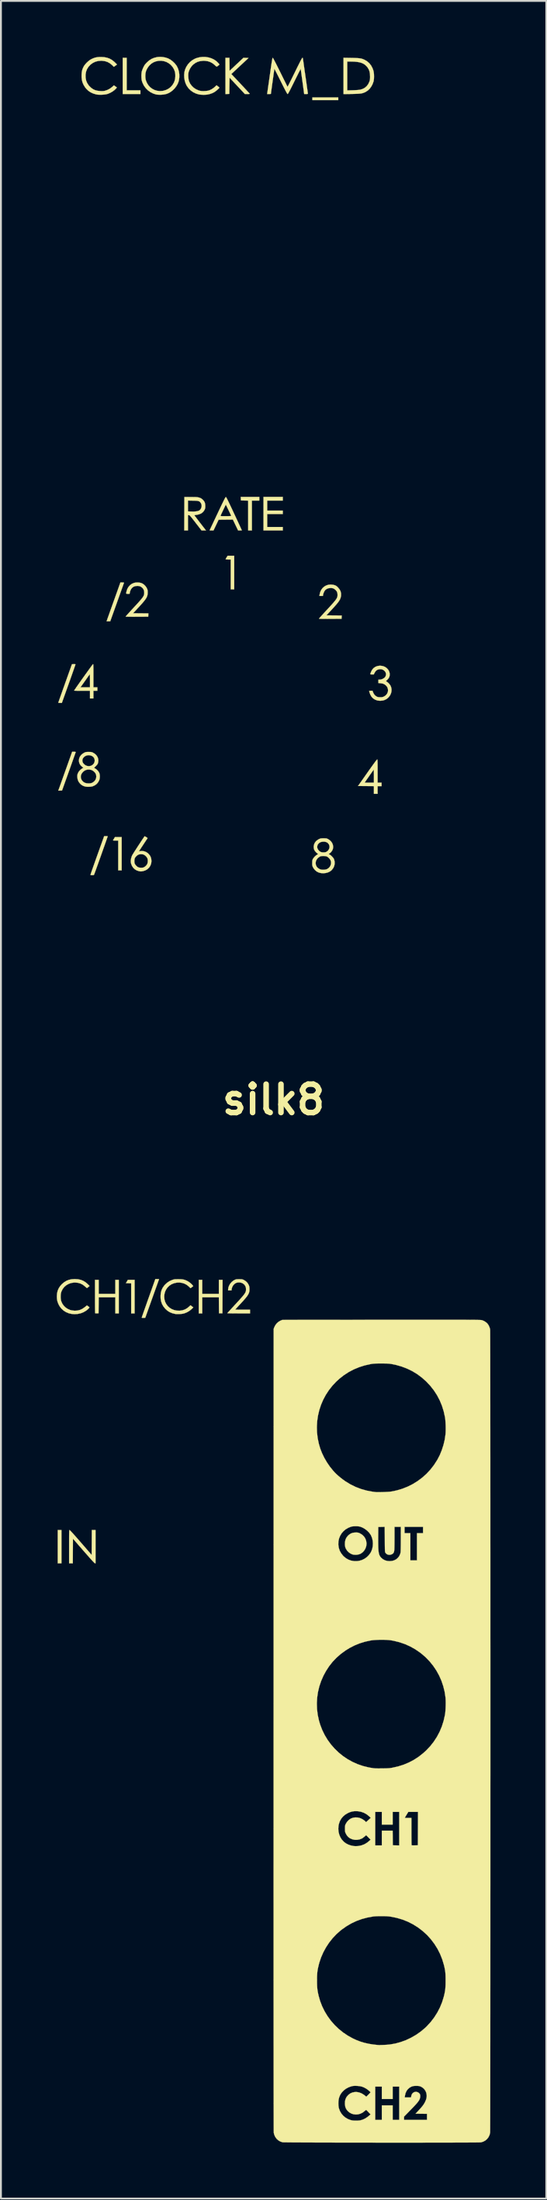
<source format=kicad_pcb>
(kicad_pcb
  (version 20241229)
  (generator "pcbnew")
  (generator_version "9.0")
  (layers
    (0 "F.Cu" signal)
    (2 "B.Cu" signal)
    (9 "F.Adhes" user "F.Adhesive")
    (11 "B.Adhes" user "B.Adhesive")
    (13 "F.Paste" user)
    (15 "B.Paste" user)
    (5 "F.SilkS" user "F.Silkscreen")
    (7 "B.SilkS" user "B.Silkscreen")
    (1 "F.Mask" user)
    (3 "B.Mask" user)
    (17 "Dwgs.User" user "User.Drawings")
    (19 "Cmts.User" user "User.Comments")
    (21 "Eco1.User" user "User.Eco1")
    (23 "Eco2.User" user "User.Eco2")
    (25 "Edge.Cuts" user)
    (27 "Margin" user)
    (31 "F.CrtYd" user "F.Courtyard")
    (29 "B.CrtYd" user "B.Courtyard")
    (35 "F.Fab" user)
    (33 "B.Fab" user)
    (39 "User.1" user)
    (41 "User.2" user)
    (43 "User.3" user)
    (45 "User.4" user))
  (footprint "silk8"
    (layer "F.Cu")
    (at 11.646 56.022)
    (property "Reference" "silk8" (at 0 0 0) (layer "F.SilkS") (effects (font (size 1.524 1.524) (thickness 0.3))))
    (attr through_hole)
    (fp_poly (pts (xy -11.395 24.903) (xy -11.593 24.903) (xy -11.593 23.115) (xy -11.395 23.115) (xy -11.395 24.903)) (stroke (width 0.01) (type solid)) (fill yes) (layer "F.SilkS"))
    (fp_poly (pts (xy 3.477 -53.695) (xy 2.086 -53.695) (xy 2.086 -53.837) (xy 3.477 -53.837) (xy 3.477 -53.695)) (stroke (width 0.01) (type solid)) (fill yes) (layer "F.SilkS"))
    (fp_poly (pts (xy -7.89 -54.22) (xy -7.152 -54.22) (xy -7.152 -54.021) (xy -8.102 -54.021) (xy -8.102 -55.965) (xy -7.89 -55.965) (xy -7.89 -54.22)) (stroke (width 0.01) (type solid)) (fill yes) (layer "F.SilkS"))
    (fp_poly (pts (xy -7.464 11.48) (xy -7.648 11.48) (xy -7.648 9.863) (xy -7.931 9.855) (xy -7.879 9.766) (xy -7.827 9.678) (xy -7.464 9.678) (xy -7.464 11.48)) (stroke (width 0.01) (type solid)) (fill yes) (layer "F.SilkS"))
    (fp_poly (pts (xy -0.766 -32.183) (xy -1.164 -32.183) (xy -1.164 -30.579) (xy -1.362 -30.579) (xy -1.362 -32.182) (xy -1.557 -32.186) (xy -1.752 -32.19) (xy -1.757 -32.286) (xy -1.761 -32.381) (xy -0.766 -32.381) (xy -0.766 -32.183)) (stroke (width 0.01) (type solid)) (fill yes) (layer "F.SilkS"))
    (fp_poly (pts (xy 0.497 -32.183) (xy -0.341 -32.183) (xy -0.341 -31.644) (xy 0.497 -31.644) (xy 0.497 -31.459) (xy -0.341 -31.459) (xy -0.341 -30.764) (xy 0.497 -30.764) (xy 0.497 -30.579) (xy -0.539 -30.579) (xy -0.539 -32.381) (xy 0.497 -32.381) (xy 0.497 -32.183)) (stroke (width 0.01) (type solid)) (fill yes) (layer "F.SilkS"))
    (fp_poly (pts (xy -8.159 -12.317) (xy -8.344 -12.317) (xy -8.344 -13.92) (xy -8.487 -13.92) (xy -8.546 -13.921) (xy -8.592 -13.924) (xy -8.62 -13.928) (xy -8.625 -13.931) (xy -8.616 -13.948) (xy -8.596 -13.982) (xy -8.571 -14.023) (xy -8.522 -14.105) (xy -8.159 -14.105) (xy -8.159 -12.317)) (stroke (width 0.01) (type solid)) (fill yes) (layer "F.SilkS"))
    (fp_poly (pts (xy -3.831 10.43) (xy -2.937 10.43) (xy -2.937 9.678) (xy -2.738 9.678) (xy -2.742 10.575) (xy -2.746 11.473) (xy -2.93 11.473) (xy -2.934 11.043) (xy -2.938 10.614) (xy -3.831 10.614) (xy -3.831 11.48) (xy -4.016 11.48) (xy -4.016 9.678) (xy -3.831 9.678) (xy -3.831 10.43)) (stroke (width 0.01) (type solid)) (fill yes) (layer "F.SilkS"))
    (fp_poly (pts (xy -2.114 -27.415) (xy -2.299 -27.415) (xy -2.299 -29.018) (xy -2.433 -29.018) (xy -2.491 -29.019) (xy -2.538 -29.022) (xy -2.567 -29.026) (xy -2.573 -29.029) (xy -2.569 -29.045) (xy -2.552 -29.078) (xy -2.527 -29.122) (xy -2.523 -29.128) (xy -2.466 -29.217) (xy -2.114 -29.217) (xy -2.114 -27.415)) (stroke (width 0.01) (type solid)) (fill yes) (layer "F.SilkS"))
    (fp_poly (pts (xy -6.521 10.674) (xy -6.892 11.714) (xy -6.986 11.718) (xy -7.041 11.719) (xy -7.072 11.714) (xy -7.081 11.705) (xy -7.076 11.689) (xy -7.063 11.648) (xy -7.041 11.585) (xy -7.012 11.502) (xy -6.977 11.4) (xy -6.935 11.282) (xy -6.888 11.149) (xy -6.837 11.005) (xy -6.783 10.85) (xy -6.725 10.688) (xy -6.715 10.661) (xy -6.35 9.635) (xy -6.149 9.635) (xy -6.521 10.674)) (stroke (width 0.01) (type solid)) (fill yes) (layer "F.SilkS"))
    (fp_poly (pts (xy -9.394 10.43) (xy -8.5 10.43) (xy -8.5 9.678) (xy -8.315 9.678) (xy -8.315 11.48) (xy -8.5 11.48) (xy -8.5 10.614) (xy -9.393 10.614) (xy -9.397 11.043) (xy -9.401 11.473) (xy -9.487 11.477) (xy -9.534 11.477) (xy -9.569 11.475) (xy -9.582 11.471) (xy -9.584 11.455) (xy -9.586 11.414) (xy -9.587 11.349) (xy -9.589 11.262) (xy -9.59 11.158) (xy -9.591 11.037) (xy -9.592 10.902) (xy -9.592 10.756) (xy -9.592 10.601) (xy -9.592 10.569) (xy -9.592 9.678) (xy -9.394 9.678) (xy -9.394 10.43)) (stroke (width 0.01) (type solid)) (fill yes) (layer "F.SilkS"))
    (fp_poly (pts (xy -10.676 -18.687) (xy -10.642 -18.682) (xy -10.628 -18.677) (xy -10.628 -18.676) (xy -10.633 -18.662) (xy -10.646 -18.622) (xy -10.668 -18.56) (xy -10.697 -18.477) (xy -10.733 -18.376) (xy -10.774 -18.259) (xy -10.821 -18.127) (xy -10.872 -17.983) (xy -10.927 -17.829) (xy -10.985 -17.667) (xy -10.996 -17.637) (xy -11.363 -16.609) (xy -11.464 -16.605) (xy -11.565 -16.601) (xy -11.525 -16.712) (xy -11.513 -16.744) (xy -11.493 -16.8) (xy -11.465 -16.878) (xy -11.431 -16.975) (xy -11.39 -17.089) (xy -11.344 -17.217) (xy -11.294 -17.357) (xy -11.241 -17.507) (xy -11.185 -17.663) (xy -11.152 -17.755) (xy -10.82 -18.688) (xy -10.724 -18.688) (xy -10.676 -18.687)) (stroke (width 0.01) (type solid)) (fill yes) (layer "F.SilkS"))
    (fp_poly (pts (xy -10.652 -23.393) (xy -10.642 -23.383) (xy -10.642 -23.382) (xy -10.647 -23.366) (xy -10.66 -23.326) (xy -10.682 -23.262) (xy -10.711 -23.179) (xy -10.746 -23.077) (xy -10.788 -22.959) (xy -10.834 -22.826) (xy -10.885 -22.682) (xy -10.94 -22.527) (xy -10.998 -22.365) (xy -11.007 -22.339) (xy -11.373 -21.314) (xy -11.469 -21.313) (xy -11.517 -21.315) (xy -11.551 -21.319) (xy -11.565 -21.325) (xy -11.565 -21.325) (xy -11.56 -21.34) (xy -11.547 -21.379) (xy -11.525 -21.441) (xy -11.496 -21.524) (xy -11.46 -21.625) (xy -11.419 -21.742) (xy -11.372 -21.874) (xy -11.321 -22.018) (xy -11.266 -22.172) (xy -11.208 -22.334) (xy -11.198 -22.364) (xy -10.831 -23.392) (xy -10.736 -23.396) (xy -10.683 -23.397) (xy -10.652 -23.393)) (stroke (width 0.01) (type solid)) (fill yes) (layer "F.SilkS"))
    (fp_poly (pts (xy -1.481 -55.962) (xy -1.344 -55.958) (xy -1.807 -55.526) (xy -2.269 -55.095) (xy -2.153 -54.972) (xy -2.068 -54.883) (xy -1.978 -54.788) (xy -1.886 -54.69) (xy -1.794 -54.592) (xy -1.703 -54.494) (xy -1.615 -54.401) (xy -1.534 -54.313) (xy -1.46 -54.234) (xy -1.396 -54.164) (xy -1.344 -54.108) (xy -1.306 -54.066) (xy -1.284 -54.041) (xy -1.279 -54.035) (xy -1.29 -54.028) (xy -1.325 -54.024) (xy -1.38 -54.022) (xy -1.407 -54.021) (xy -1.54 -54.022) (xy -1.951 -54.461) (xy -2.363 -54.9) (xy -2.37 -54.464) (xy -2.377 -54.028) (xy -2.583 -54.02) (xy -2.583 -55.965) (xy -2.37 -55.965) (xy -2.366 -55.616) (xy -2.363 -55.266) (xy -1.991 -55.616) (xy -1.618 -55.966) (xy -1.481 -55.962)) (stroke (width 0.01) (type solid)) (fill yes) (layer "F.SilkS"))
    (fp_poly (pts (xy 4.485 23.251) (xy 4.532 23.255) (xy 4.573 23.266) (xy 4.618 23.284) (xy 4.657 23.304) (xy 4.768 23.373) (xy 4.859 23.462) (xy 4.928 23.567) (xy 4.973 23.685) (xy 4.994 23.814) (xy 4.995 23.853) (xy 4.981 23.977) (xy 4.942 24.096) (xy 4.882 24.204) (xy 4.803 24.297) (xy 4.706 24.371) (xy 4.649 24.401) (xy 4.566 24.428) (xy 4.469 24.444) (xy 4.369 24.446) (xy 4.278 24.436) (xy 4.256 24.431) (xy 4.146 24.386) (xy 4.045 24.317) (xy 3.958 24.23) (xy 3.892 24.129) (xy 3.885 24.114) (xy 3.862 24.059) (xy 3.847 24.008) (xy 3.839 23.949) (xy 3.834 23.889) (xy 3.839 23.75) (xy 3.868 23.625) (xy 3.922 23.514) (xy 4.001 23.416) (xy 4.071 23.356) (xy 4.152 23.305) (xy 4.237 23.271) (xy 4.333 23.254) (xy 4.421 23.25) (xy 4.485 23.251)) (stroke (width 0.01) (type solid)) (fill yes) (layer "F.SilkS"))
    (fp_poly (pts (xy -9.564 24.905) (xy -9.597 24.901) (xy -9.611 24.892) (xy -9.639 24.867) (xy -9.68 24.826) (xy -9.735 24.767) (xy -9.805 24.69) (xy -9.891 24.594) (xy -9.993 24.478) (xy -10.113 24.342) (xy -10.204 24.238) (xy -10.777 23.58) (xy -10.781 24.242) (xy -10.785 24.903) (xy -10.983 24.903) (xy -10.983 24.009) (xy -10.983 23.828) (xy -10.983 23.673) (xy -10.983 23.542) (xy -10.982 23.433) (xy -10.981 23.344) (xy -10.98 23.274) (xy -10.979 23.219) (xy -10.977 23.179) (xy -10.974 23.151) (xy -10.971 23.132) (xy -10.967 23.121) (xy -10.963 23.117) (xy -10.958 23.115) (xy -10.944 23.126) (xy -10.912 23.157) (xy -10.864 23.208) (xy -10.8 23.277) (xy -10.722 23.364) (xy -10.631 23.466) (xy -10.527 23.584) (xy -10.412 23.717) (xy -10.351 23.786) (xy -9.77 24.456) (xy -9.766 23.786) (xy -9.762 23.115) (xy -9.564 23.115) (xy -9.564 24.905)) (stroke (width 0.01) (type solid)) (fill yes) (layer "F.SilkS"))
    (fp_poly (pts (xy -8.073 -27.782) (xy -8.043 -27.778) (xy -8.034 -27.769) (xy -8.035 -27.766) (xy -8.04 -27.75) (xy -8.055 -27.71) (xy -8.077 -27.647) (xy -8.107 -27.563) (xy -8.144 -27.461) (xy -8.186 -27.343) (xy -8.233 -27.211) (xy -8.285 -27.066) (xy -8.34 -26.912) (xy -8.398 -26.749) (xy -8.407 -26.723) (xy -8.774 -25.698) (xy -8.871 -25.698) (xy -8.919 -25.699) (xy -8.954 -25.701) (xy -8.968 -25.703) (xy -8.968 -25.704) (xy -8.963 -25.718) (xy -8.95 -25.756) (xy -8.928 -25.817) (xy -8.9 -25.899) (xy -8.864 -25.998) (xy -8.823 -26.114) (xy -8.777 -26.244) (xy -8.726 -26.386) (xy -8.672 -26.538) (xy -8.619 -26.686) (xy -8.561 -26.847) (xy -8.506 -27.001) (xy -8.454 -27.147) (xy -8.406 -27.281) (xy -8.363 -27.402) (xy -8.326 -27.507) (xy -8.295 -27.594) (xy -8.271 -27.661) (xy -8.255 -27.705) (xy -8.248 -27.724) (xy -8.227 -27.784) (xy -8.128 -27.784) (xy -8.073 -27.782)) (stroke (width 0.01) (type solid)) (fill yes) (layer "F.SilkS"))
    (fp_poly (pts (xy -8.922 -14.156) (xy -8.911 -14.146) (xy -8.911 -14.144) (xy -8.916 -14.129) (xy -8.929 -14.09) (xy -8.95 -14.029) (xy -8.978 -13.949) (xy -9.012 -13.852) (xy -9.051 -13.741) (xy -9.094 -13.618) (xy -9.141 -13.487) (xy -9.19 -13.348) (xy -9.24 -13.206) (xy -9.291 -13.062) (xy -9.342 -12.92) (xy -9.392 -12.78) (xy -9.439 -12.647) (xy -9.484 -12.523) (xy -9.525 -12.409) (xy -9.56 -12.309) (xy -9.591 -12.225) (xy -9.615 -12.16) (xy -9.631 -12.116) (xy -9.637 -12.1) (xy -9.647 -12.079) (xy -9.662 -12.068) (xy -9.69 -12.063) (xy -9.737 -12.061) (xy -9.743 -12.061) (xy -9.793 -12.063) (xy -9.82 -12.067) (xy -9.832 -12.076) (xy -9.833 -12.086) (xy -9.828 -12.103) (xy -9.815 -12.145) (xy -9.793 -12.209) (xy -9.764 -12.294) (xy -9.728 -12.396) (xy -9.686 -12.515) (xy -9.639 -12.648) (xy -9.588 -12.793) (xy -9.533 -12.948) (xy -9.475 -13.11) (xy -9.467 -13.133) (xy -9.101 -14.154) (xy -9.006 -14.159) (xy -8.952 -14.159) (xy -8.922 -14.156)) (stroke (width 0.01) (type solid)) (fill yes) (layer "F.SilkS"))
    (fp_poly (pts (xy 5.572 -18.275) (xy 5.577 -18.269) (xy 5.581 -18.256) (xy 5.584 -18.234) (xy 5.586 -18.2) (xy 5.588 -18.152) (xy 5.589 -18.087) (xy 5.59 -18.002) (xy 5.591 -17.896) (xy 5.591 -17.766) (xy 5.591 -17.652) (xy 5.591 -17.028) (xy 5.804 -17.028) (xy 5.804 -16.843) (xy 5.591 -16.843) (xy 5.591 -16.432) (xy 5.392 -16.432) (xy 5.392 -16.843) (xy 4.966 -16.847) (xy 4.539 -16.851) (xy 4.669 -17.034) (xy 4.896 -17.034) (xy 4.909 -17.032) (xy 4.946 -17.031) (xy 5.003 -17.029) (xy 5.074 -17.028) (xy 5.144 -17.028) (xy 5.392 -17.028) (xy 5.392 -17.385) (xy 5.392 -17.482) (xy 5.391 -17.568) (xy 5.39 -17.641) (xy 5.389 -17.695) (xy 5.388 -17.728) (xy 5.387 -17.736) (xy 5.376 -17.722) (xy 5.351 -17.688) (xy 5.316 -17.638) (xy 5.272 -17.576) (xy 5.222 -17.505) (xy 5.168 -17.429) (xy 5.114 -17.35) (xy 5.06 -17.274) (xy 5.01 -17.202) (xy 4.966 -17.139) (xy 4.931 -17.088) (xy 4.907 -17.052) (xy 4.896 -17.035) (xy 4.896 -17.034) (xy 4.669 -17.034) (xy 5.04 -17.563) (xy 5.161 -17.735) (xy 5.266 -17.883) (xy 5.356 -18.007) (xy 5.43 -18.108) (xy 5.488 -18.185) (xy 5.53 -18.239) (xy 5.556 -18.269) (xy 5.566 -18.276) (xy 5.572 -18.275)) (stroke (width 0.01) (type solid)) (fill yes) (layer "F.SilkS"))
    (fp_poly (pts (xy -9.692 -23.395) (xy -9.688 -23.383) (xy -9.685 -23.358) (xy -9.683 -23.32) (xy -9.681 -23.266) (xy -9.679 -23.194) (xy -9.678 -23.101) (xy -9.678 -22.986) (xy -9.678 -22.845) (xy -9.678 -22.775) (xy -9.678 -22.151) (xy -9.465 -22.151) (xy -9.465 -21.966) (xy -9.678 -21.966) (xy -9.678 -21.555) (xy -9.862 -21.555) (xy -9.862 -21.966) (xy -10.288 -21.966) (xy -10.394 -21.966) (xy -10.491 -21.967) (xy -10.575 -21.968) (xy -10.642 -21.97) (xy -10.688 -21.972) (xy -10.712 -21.974) (xy -10.713 -21.974) (xy -10.705 -21.989) (xy -10.683 -22.024) (xy -10.647 -22.077) (xy -10.599 -22.146) (xy -10.596 -22.151) (xy -10.376 -22.151) (xy -9.862 -22.151) (xy -9.862 -22.505) (xy -9.862 -22.602) (xy -9.863 -22.689) (xy -9.864 -22.762) (xy -9.865 -22.817) (xy -9.866 -22.851) (xy -9.868 -22.86) (xy -9.877 -22.849) (xy -9.9 -22.818) (xy -9.936 -22.769) (xy -9.981 -22.706) (xy -10.033 -22.632) (xy -10.09 -22.551) (xy -10.15 -22.466) (xy -10.206 -22.387) (xy -10.256 -22.316) (xy -10.297 -22.258) (xy -10.327 -22.217) (xy -10.342 -22.197) (xy -10.376 -22.151) (xy -10.596 -22.151) (xy -10.542 -22.228) (xy -10.477 -22.321) (xy -10.406 -22.422) (xy -10.331 -22.528) (xy -10.252 -22.639) (xy -10.173 -22.75) (xy -10.094 -22.86) (xy -10.018 -22.966) (xy -9.946 -23.066) (xy -9.88 -23.157) (xy -9.821 -23.238) (xy -9.772 -23.304) (xy -9.734 -23.355) (xy -9.708 -23.388) (xy -9.697 -23.399) (xy -9.697 -23.399) (xy -9.692 -23.395)) (stroke (width 0.01) (type solid)) (fill yes) (layer "F.SilkS"))
    (fp_poly (pts (xy 4.175 -55.961) (xy 4.316 -55.958) (xy 4.432 -55.954) (xy 4.528 -55.949) (xy 4.607 -55.942) (xy 4.674 -55.933) (xy 4.732 -55.92) (xy 4.786 -55.903) (xy 4.839 -55.882) (xy 4.896 -55.856) (xy 4.91 -55.849) (xy 5.038 -55.771) (xy 5.15 -55.671) (xy 5.244 -55.55) (xy 5.318 -55.41) (xy 5.366 -55.276) (xy 5.384 -55.187) (xy 5.396 -55.08) (xy 5.399 -54.966) (xy 5.396 -54.854) (xy 5.384 -54.754) (xy 5.374 -54.702) (xy 5.323 -54.557) (xy 5.253 -54.424) (xy 5.166 -54.307) (xy 5.065 -54.21) (xy 4.951 -54.137) (xy 4.938 -54.13) (xy 4.885 -54.105) (xy 4.835 -54.085) (xy 4.783 -54.069) (xy 4.728 -54.056) (xy 4.664 -54.046) (xy 4.588 -54.039) (xy 4.496 -54.034) (xy 4.385 -54.03) (xy 4.25 -54.026) (xy 4.197 -54.025) (xy 3.76 -54.018) (xy 3.76 -55.766) (xy 3.959 -55.766) (xy 3.959 -54.215) (xy 4.261 -54.224) (xy 4.37 -54.228) (xy 4.471 -54.234) (xy 4.557 -54.241) (xy 4.623 -54.248) (xy 4.657 -54.254) (xy 4.792 -54.296) (xy 4.908 -54.361) (xy 5.007 -54.447) (xy 5.087 -54.554) (xy 5.147 -54.683) (xy 5.154 -54.701) (xy 5.169 -54.75) (xy 5.178 -54.798) (xy 5.184 -54.854) (xy 5.186 -54.926) (xy 5.186 -54.965) (xy 5.179 -55.109) (xy 5.156 -55.234) (xy 5.115 -55.344) (xy 5.055 -55.443) (xy 4.986 -55.526) (xy 4.911 -55.594) (xy 4.828 -55.649) (xy 4.731 -55.692) (xy 4.62 -55.725) (xy 4.49 -55.747) (xy 4.339 -55.761) (xy 4.164 -55.766) (xy 4.128 -55.766) (xy 3.959 -55.766) (xy 3.76 -55.766) (xy 3.76 -55.968) (xy 4.175 -55.961)) (stroke (width 0.01) (type solid)) (fill yes) (layer "F.SilkS"))
    (fp_poly (pts (xy -4.994 9.644) (xy -4.901 9.651) (xy -4.821 9.665) (xy -4.747 9.688) (xy -4.671 9.72) (xy -4.61 9.751) (xy -4.548 9.789) (xy -4.481 9.839) (xy -4.417 9.894) (xy -4.365 9.947) (xy -4.343 9.975) (xy -4.314 10.015) (xy -4.461 10.126) (xy -4.547 10.04) (xy -4.656 9.951) (xy -4.779 9.884) (xy -4.912 9.841) (xy -5.051 9.821) (xy -5.193 9.826) (xy -5.334 9.855) (xy -5.47 9.909) (xy -5.481 9.914) (xy -5.599 9.992) (xy -5.698 10.089) (xy -5.777 10.203) (xy -5.834 10.331) (xy -5.867 10.47) (xy -5.874 10.585) (xy -5.861 10.729) (xy -5.822 10.862) (xy -5.761 10.983) (xy -5.68 11.089) (xy -5.581 11.179) (xy -5.465 11.25) (xy -5.336 11.301) (xy -5.196 11.33) (xy -5.047 11.334) (xy -5.03 11.333) (xy -4.884 11.31) (xy -4.752 11.264) (xy -4.632 11.193) (xy -4.54 11.116) (xy -4.462 11.042) (xy -4.309 11.158) (xy -4.409 11.254) (xy -4.517 11.341) (xy -4.642 11.415) (xy -4.774 11.47) (xy -4.832 11.487) (xy -4.9 11.5) (xy -4.987 11.509) (xy -5.08 11.515) (xy -5.17 11.516) (xy -5.247 11.512) (xy -5.274 11.509) (xy -5.435 11.471) (xy -5.579 11.412) (xy -5.708 11.329) (xy -5.818 11.229) (xy -5.918 11.105) (xy -5.993 10.971) (xy -6.042 10.825) (xy -6.067 10.666) (xy -6.069 10.522) (xy -6.053 10.367) (xy -6.017 10.23) (xy -5.958 10.105) (xy -5.876 9.988) (xy -5.814 9.92) (xy -5.703 9.821) (xy -5.584 9.744) (xy -5.45 9.685) (xy -5.402 9.669) (xy -5.361 9.657) (xy -5.322 9.649) (xy -5.278 9.645) (xy -5.221 9.643) (xy -5.145 9.642) (xy -5.108 9.642) (xy -4.994 9.644)) (stroke (width 0.01) (type solid)) (fill yes) (layer "F.SilkS"))
    (fp_poly (pts (xy 3.192 -27.661) (xy 3.272 -27.641) (xy 3.323 -27.623) (xy 3.364 -27.602) (xy 3.404 -27.572) (xy 3.451 -27.528) (xy 3.463 -27.516) (xy 3.545 -27.417) (xy 3.6 -27.311) (xy 3.627 -27.198) (xy 3.627 -27.078) (xy 3.619 -27.029) (xy 3.606 -26.975) (xy 3.589 -26.922) (xy 3.566 -26.869) (xy 3.534 -26.813) (xy 3.493 -26.752) (xy 3.44 -26.682) (xy 3.374 -26.602) (xy 3.292 -26.508) (xy 3.194 -26.4) (xy 3.097 -26.294) (xy 2.84 -26.017) (xy 3.662 -26.01) (xy 3.654 -25.833) (xy 3.047 -25.829) (xy 2.886 -25.828) (xy 2.748 -25.829) (xy 2.635 -25.829) (xy 2.547 -25.831) (xy 2.484 -25.833) (xy 2.449 -25.836) (xy 2.441 -25.839) (xy 2.45 -25.852) (xy 2.477 -25.884) (xy 2.519 -25.932) (xy 2.574 -25.993) (xy 2.64 -26.066) (xy 2.715 -26.149) (xy 2.798 -26.238) (xy 2.826 -26.269) (xy 2.951 -26.403) (xy 3.057 -26.52) (xy 3.147 -26.619) (xy 3.222 -26.704) (xy 3.282 -26.776) (xy 3.331 -26.837) (xy 3.368 -26.89) (xy 3.396 -26.935) (xy 3.415 -26.976) (xy 3.428 -27.014) (xy 3.435 -27.051) (xy 3.438 -27.089) (xy 3.439 -27.124) (xy 3.431 -27.214) (xy 3.405 -27.289) (xy 3.357 -27.356) (xy 3.32 -27.392) (xy 3.26 -27.44) (xy 3.2 -27.469) (xy 3.131 -27.483) (xy 3.062 -27.486) (xy 2.956 -27.474) (xy 2.864 -27.441) (xy 2.789 -27.388) (xy 2.778 -27.378) (xy 2.742 -27.328) (xy 2.707 -27.261) (xy 2.678 -27.189) (xy 2.661 -27.122) (xy 2.661 -27.121) (xy 2.651 -27.06) (xy 2.465 -27.06) (xy 2.474 -27.128) (xy 2.505 -27.261) (xy 2.558 -27.378) (xy 2.63 -27.478) (xy 2.719 -27.559) (xy 2.823 -27.62) (xy 2.937 -27.658) (xy 3.061 -27.672) (xy 3.192 -27.661)) (stroke (width 0.01) (type solid)) (fill yes) (layer "F.SilkS"))
    (fp_poly (pts (xy -10.51 9.645) (xy -10.359 9.677) (xy -10.223 9.731) (xy -10.097 9.809) (xy -9.992 9.898) (xy -9.883 10.004) (xy -9.947 10.06) (xy -9.983 10.09) (xy -10.011 10.111) (xy -10.023 10.117) (xy -10.039 10.108) (xy -10.069 10.084) (xy -10.109 10.049) (xy -10.129 10.031) (xy -10.246 9.939) (xy -10.375 9.874) (xy -10.514 9.835) (xy -10.665 9.821) (xy -10.735 9.824) (xy -10.878 9.847) (xy -11.011 9.895) (xy -11.132 9.964) (xy -11.237 10.053) (xy -11.323 10.16) (xy -11.387 10.282) (xy -11.409 10.341) (xy -11.429 10.433) (xy -11.437 10.54) (xy -11.436 10.651) (xy -11.424 10.755) (xy -11.409 10.816) (xy -11.355 10.943) (xy -11.278 11.057) (xy -11.181 11.155) (xy -11.066 11.234) (xy -10.938 11.292) (xy -10.848 11.316) (xy -10.692 11.336) (xy -10.542 11.328) (xy -10.399 11.293) (xy -10.263 11.23) (xy -10.134 11.139) (xy -10.125 11.132) (xy -10.082 11.096) (xy -10.048 11.069) (xy -10.028 11.055) (xy -10.025 11.054) (xy -10.008 11.062) (xy -9.979 11.082) (xy -9.945 11.107) (xy -9.914 11.133) (xy -9.894 11.151) (xy -9.891 11.156) (xy -9.901 11.177) (xy -9.928 11.21) (xy -9.969 11.25) (xy -10.017 11.292) (xy -10.069 11.332) (xy -10.07 11.333) (xy -10.21 11.415) (xy -10.363 11.474) (xy -10.527 11.509) (xy -10.698 11.519) (xy -10.848 11.507) (xy -11.004 11.471) (xy -11.148 11.411) (xy -11.279 11.328) (xy -11.393 11.226) (xy -11.488 11.104) (xy -11.537 11.018) (xy -11.585 10.91) (xy -11.617 10.809) (xy -11.635 10.704) (xy -11.641 10.585) (xy -11.641 10.564) (xy -11.631 10.407) (xy -11.599 10.265) (xy -11.544 10.135) (xy -11.464 10.012) (xy -11.373 9.91) (xy -11.257 9.809) (xy -11.134 9.732) (xy -11 9.678) (xy -10.852 9.646) (xy -10.686 9.635) (xy -10.677 9.635) (xy -10.51 9.645)) (stroke (width 0.01) (type solid)) (fill yes) (layer "F.SilkS"))
    (fp_poly (pts (xy -9.1 -56.001) (xy -8.944 -55.971) (xy -8.803 -55.92) (xy -8.674 -55.846) (xy -8.553 -55.749) (xy -8.522 -55.719) (xy -8.41 -55.607) (xy -8.444 -55.581) (xy -8.479 -55.555) (xy -8.52 -55.524) (xy -8.528 -55.519) (xy -8.579 -55.483) (xy -8.678 -55.579) (xy -8.795 -55.674) (xy -8.921 -55.743) (xy -9.058 -55.787) (xy -9.21 -55.807) (xy -9.266 -55.809) (xy -9.424 -55.796) (xy -9.572 -55.757) (xy -9.707 -55.693) (xy -9.829 -55.604) (xy -9.845 -55.589) (xy -9.947 -55.477) (xy -10.023 -55.354) (xy -10.073 -55.219) (xy -10.098 -55.071) (xy -10.099 -55.057) (xy -10.097 -54.899) (xy -10.071 -54.755) (xy -10.019 -54.623) (xy -9.941 -54.501) (xy -9.891 -54.443) (xy -9.79 -54.347) (xy -9.686 -54.275) (xy -9.573 -54.225) (xy -9.447 -54.195) (xy -9.309 -54.181) (xy -9.219 -54.179) (xy -9.148 -54.181) (xy -9.089 -54.189) (xy -9.053 -54.197) (xy -8.914 -54.245) (xy -8.781 -54.317) (xy -8.669 -54.403) (xy -8.575 -54.488) (xy -8.495 -54.43) (xy -8.416 -54.371) (xy -8.452 -54.327) (xy -8.537 -54.241) (xy -8.643 -54.161) (xy -8.763 -54.091) (xy -8.889 -54.037) (xy -8.94 -54.021) (xy -9.02 -54.003) (xy -9.119 -53.991) (xy -9.227 -53.984) (xy -9.334 -53.983) (xy -9.433 -53.987) (xy -9.514 -53.998) (xy -9.521 -54) (xy -9.686 -54.048) (xy -9.831 -54.115) (xy -9.957 -54.201) (xy -10.066 -54.308) (xy -10.125 -54.383) (xy -10.204 -54.51) (xy -10.261 -54.639) (xy -10.296 -54.775) (xy -10.313 -54.925) (xy -10.313 -55.054) (xy -10.304 -55.183) (xy -10.284 -55.293) (xy -10.251 -55.393) (xy -10.203 -55.493) (xy -10.186 -55.523) (xy -10.126 -55.608) (xy -10.047 -55.696) (xy -9.957 -55.779) (xy -9.865 -55.85) (xy -9.795 -55.892) (xy -9.686 -55.942) (xy -9.583 -55.978) (xy -9.476 -55.999) (xy -9.357 -56.01) (xy -9.273 -56.011) (xy -9.1 -56.001)) (stroke (width 0.01) (type solid)) (fill yes) (layer "F.SilkS"))
    (fp_poly (pts (xy -7.186 -27.773) (xy -7.095 -27.749) (xy -7.063 -27.736) (xy -6.967 -27.675) (xy -6.882 -27.592) (xy -6.816 -27.494) (xy -6.805 -27.472) (xy -6.784 -27.425) (xy -6.771 -27.385) (xy -6.765 -27.343) (xy -6.762 -27.288) (xy -6.762 -27.245) (xy -6.765 -27.181) (xy -6.771 -27.123) (xy -6.785 -27.066) (xy -6.806 -27.01) (xy -6.836 -26.95) (xy -6.878 -26.885) (xy -6.932 -26.812) (xy -7.001 -26.728) (xy -7.085 -26.631) (xy -7.187 -26.519) (xy -7.263 -26.436) (xy -7.546 -26.131) (xy -6.725 -26.123) (xy -6.729 -26.035) (xy -6.733 -25.946) (xy -7.34 -25.943) (xy -7.476 -25.942) (xy -7.599 -25.942) (xy -7.708 -25.943) (xy -7.8 -25.944) (xy -7.871 -25.946) (xy -7.92 -25.948) (xy -7.944 -25.95) (xy -7.946 -25.952) (xy -7.937 -25.964) (xy -7.91 -25.996) (xy -7.869 -26.043) (xy -7.813 -26.105) (xy -7.747 -26.178) (xy -7.672 -26.26) (xy -7.59 -26.35) (xy -7.561 -26.381) (xy -7.436 -26.516) (xy -7.33 -26.631) (xy -7.24 -26.731) (xy -7.166 -26.815) (xy -7.105 -26.886) (xy -7.057 -26.947) (xy -7.019 -26.999) (xy -6.992 -27.043) (xy -6.972 -27.083) (xy -6.959 -27.12) (xy -6.951 -27.155) (xy -6.948 -27.192) (xy -6.947 -27.231) (xy -6.947 -27.237) (xy -6.953 -27.323) (xy -6.975 -27.393) (xy -7.016 -27.458) (xy -7.049 -27.494) (xy -7.112 -27.547) (xy -7.181 -27.581) (xy -7.264 -27.597) (xy -7.323 -27.599) (xy -7.432 -27.588) (xy -7.525 -27.553) (xy -7.602 -27.495) (xy -7.662 -27.414) (xy -7.705 -27.312) (xy -7.719 -27.255) (xy -7.736 -27.174) (xy -7.827 -27.174) (xy -7.873 -27.174) (xy -7.902 -27.179) (xy -7.915 -27.194) (xy -7.916 -27.223) (xy -7.906 -27.271) (xy -7.897 -27.313) (xy -7.854 -27.44) (xy -7.79 -27.551) (xy -7.707 -27.643) (xy -7.607 -27.714) (xy -7.492 -27.762) (xy -7.487 -27.763) (xy -7.392 -27.78) (xy -7.289 -27.783) (xy -7.186 -27.773)) (stroke (width 0.01) (type solid)) (fill yes) (layer "F.SilkS"))
    (fp_poly (pts (xy -4.441 -32.373) (xy -4.33 -32.373) (xy -4.243 -32.372) (xy -4.176 -32.37) (xy -4.124 -32.367) (xy -4.082 -32.362) (xy -4.046 -32.356) (xy -4.013 -32.347) (xy -3.992 -32.341) (xy -3.922 -32.316) (xy -3.865 -32.283) (xy -3.813 -32.24) (xy -3.748 -32.171) (xy -3.704 -32.101) (xy -3.679 -32.022) (xy -3.669 -31.925) (xy -3.668 -31.892) (xy -3.669 -31.825) (xy -3.674 -31.777) (xy -3.685 -31.737) (xy -3.702 -31.694) (xy -3.707 -31.684) (xy -3.766 -31.593) (xy -3.843 -31.521) (xy -3.94 -31.467) (xy -4.058 -31.43) (xy -4.141 -31.416) (xy -4.193 -31.409) (xy -4.232 -31.402) (xy -4.252 -31.397) (xy -4.253 -31.397) (xy -4.246 -31.384) (xy -4.223 -31.352) (xy -4.186 -31.302) (xy -4.136 -31.235) (xy -4.075 -31.155) (xy -4.005 -31.063) (xy -3.927 -30.962) (xy -3.843 -30.853) (xy -3.755 -30.739) (xy -3.672 -30.633) (xy -3.63 -30.579) (xy -3.867 -30.579) (xy -4.186 -30.991) (xy -4.269 -31.098) (xy -4.337 -31.185) (xy -4.391 -31.253) (xy -4.434 -31.306) (xy -4.466 -31.344) (xy -4.492 -31.371) (xy -4.511 -31.388) (xy -4.526 -31.397) (xy -4.539 -31.402) (xy -4.551 -31.402) (xy -4.598 -31.402) (xy -4.598 -30.579) (xy -4.796 -30.579) (xy -4.792 -31.602) (xy -4.598 -31.602) (xy -4.473 -31.597) (xy -4.415 -31.595) (xy -4.365 -31.593) (xy -4.334 -31.591) (xy -4.328 -31.59) (xy -4.305 -31.59) (xy -4.261 -31.593) (xy -4.205 -31.598) (xy -4.182 -31.6) (xy -4.086 -31.615) (xy -4.014 -31.639) (xy -3.959 -31.674) (xy -3.917 -31.724) (xy -3.894 -31.764) (xy -3.865 -31.853) (xy -3.863 -31.939) (xy -3.888 -32.02) (xy -3.911 -32.058) (xy -3.939 -32.095) (xy -3.969 -32.124) (xy -4.004 -32.145) (xy -4.048 -32.16) (xy -4.105 -32.17) (xy -4.181 -32.176) (xy -4.279 -32.179) (xy -4.331 -32.18) (xy -4.598 -32.185) (xy -4.598 -31.602) (xy -4.792 -31.602) (xy -4.789 -32.374) (xy -4.441 -32.373)) (stroke (width 0.01) (type solid)) (fill yes) (layer "F.SilkS"))
    (fp_poly (pts (xy -3.65 -56.011) (xy -3.491 -55.986) (xy -3.34 -55.94) (xy -3.2 -55.875) (xy -3.075 -55.79) (xy -2.969 -55.688) (xy -2.958 -55.674) (xy -2.903 -55.607) (xy -2.952 -55.565) (xy -2.999 -55.524) (xy -3.033 -55.502) (xy -3.059 -55.497) (xy -3.086 -55.51) (xy -3.121 -55.541) (xy -3.154 -55.573) (xy -3.27 -55.669) (xy -3.397 -55.739) (xy -3.536 -55.785) (xy -3.688 -55.805) (xy -3.796 -55.806) (xy -3.945 -55.789) (xy -4.078 -55.751) (xy -4.199 -55.691) (xy -4.313 -55.605) (xy -4.368 -55.552) (xy -4.431 -55.475) (xy -4.489 -55.381) (xy -4.537 -55.28) (xy -4.568 -55.184) (xy -4.57 -55.175) (xy -4.58 -55.097) (xy -4.582 -55.005) (xy -4.577 -54.906) (xy -4.566 -54.812) (xy -4.549 -54.733) (xy -4.542 -54.709) (xy -4.481 -54.579) (xy -4.396 -54.463) (xy -4.292 -54.362) (xy -4.169 -54.28) (xy -4.033 -54.219) (xy -3.959 -54.197) (xy -3.876 -54.183) (xy -3.777 -54.178) (xy -3.671 -54.182) (xy -3.569 -54.192) (xy -3.481 -54.21) (xy -3.452 -54.219) (xy -3.337 -54.272) (xy -3.224 -54.345) (xy -3.132 -54.424) (xy -3.064 -54.492) (xy -2.987 -54.434) (xy -2.948 -54.403) (xy -2.92 -54.377) (xy -2.909 -54.363) (xy -2.909 -54.363) (xy -2.919 -54.346) (xy -2.947 -54.315) (xy -2.988 -54.277) (xy -3.036 -54.234) (xy -3.087 -54.192) (xy -3.135 -54.155) (xy -3.176 -54.127) (xy -3.182 -54.123) (xy -3.286 -54.071) (xy -3.404 -54.028) (xy -3.525 -53.998) (xy -3.547 -53.994) (xy -3.638 -53.984) (xy -3.743 -53.981) (xy -3.85 -53.983) (xy -3.949 -53.991) (xy -4.004 -54) (xy -4.164 -54.046) (xy -4.312 -54.116) (xy -4.446 -54.21) (xy -4.563 -54.324) (xy -4.658 -54.455) (xy -4.723 -54.588) (xy -4.77 -54.735) (xy -4.796 -54.89) (xy -4.802 -55.047) (xy -4.788 -55.2) (xy -4.754 -55.332) (xy -4.689 -55.479) (xy -4.601 -55.615) (xy -4.493 -55.735) (xy -4.368 -55.836) (xy -4.23 -55.915) (xy -4.138 -55.952) (xy -3.977 -55.995) (xy -3.813 -56.014) (xy -3.65 -56.011)) (stroke (width 0.01) (type solid)) (fill yes) (layer "F.SilkS"))
    (fp_poly (pts (xy -5.944 -56.007) (xy -5.803 -55.98) (xy -5.675 -55.938) (xy -5.663 -55.933) (xy -5.542 -55.868) (xy -5.424 -55.78) (xy -5.316 -55.678) (xy -5.225 -55.566) (xy -5.196 -55.521) (xy -5.13 -55.385) (xy -5.085 -55.235) (xy -5.063 -55.076) (xy -5.063 -54.913) (xy -5.086 -54.752) (xy -5.103 -54.688) (xy -5.151 -54.565) (xy -5.222 -54.442) (xy -5.312 -54.325) (xy -5.417 -54.22) (xy -5.528 -54.135) (xy -5.642 -54.07) (xy -5.759 -54.025) (xy -5.887 -53.997) (xy -6.031 -53.984) (xy -6.045 -53.984) (xy -6.162 -53.984) (xy -6.256 -53.99) (xy -6.307 -53.998) (xy -6.468 -54.049) (xy -6.616 -54.124) (xy -6.749 -54.22) (xy -6.865 -54.336) (xy -6.962 -54.468) (xy -7.036 -54.615) (xy -7.075 -54.731) (xy -7.09 -54.811) (xy -7.098 -54.908) (xy -7.1 -55.013) (xy -7.099 -55.032) (xy -6.888 -55.032) (xy -6.887 -54.922) (xy -6.875 -54.82) (xy -6.862 -54.767) (xy -6.806 -54.624) (xy -6.728 -54.498) (xy -6.632 -54.391) (xy -6.52 -54.304) (xy -6.394 -54.239) (xy -6.258 -54.197) (xy -6.113 -54.18) (xy -5.962 -54.189) (xy -5.91 -54.199) (xy -5.766 -54.243) (xy -5.636 -54.311) (xy -5.522 -54.4) (xy -5.427 -54.51) (xy -5.352 -54.637) (xy -5.313 -54.738) (xy -5.288 -54.845) (xy -5.276 -54.965) (xy -5.278 -55.085) (xy -5.294 -55.196) (xy -5.299 -55.219) (xy -5.35 -55.355) (xy -5.426 -55.48) (xy -5.524 -55.59) (xy -5.625 -55.671) (xy -5.755 -55.743) (xy -5.894 -55.789) (xy -6.039 -55.809) (xy -6.186 -55.804) (xy -6.331 -55.772) (xy -6.45 -55.725) (xy -6.563 -55.654) (xy -6.666 -55.561) (xy -6.753 -55.449) (xy -6.822 -55.326) (xy -6.857 -55.234) (xy -6.878 -55.14) (xy -6.888 -55.032) (xy -7.099 -55.032) (xy -7.095 -55.116) (xy -7.084 -55.206) (xy -7.076 -55.241) (xy -7.059 -55.296) (xy -7.033 -55.364) (xy -7.002 -55.435) (xy -6.987 -55.467) (xy -6.95 -55.538) (xy -6.913 -55.596) (xy -6.869 -55.65) (xy -6.81 -55.711) (xy -6.806 -55.716) (xy -6.684 -55.823) (xy -6.559 -55.904) (xy -6.425 -55.962) (xy -6.276 -56) (xy -6.221 -56.009) (xy -6.087 -56.017) (xy -5.944 -56.007)) (stroke (width 0.01) (type solid)) (fill yes) (layer "F.SilkS"))
    (fp_poly (pts (xy -1.772 9.643) (xy -1.721 9.645) (xy -1.682 9.65) (xy -1.648 9.661) (xy -1.61 9.677) (xy -1.587 9.688) (xy -1.484 9.755) (xy -1.399 9.842) (xy -1.336 9.945) (xy -1.316 9.995) (xy -1.303 10.046) (xy -1.296 10.108) (xy -1.294 10.153) (xy -1.294 10.218) (xy -1.298 10.277) (xy -1.308 10.334) (xy -1.327 10.39) (xy -1.354 10.449) (xy -1.393 10.513) (xy -1.444 10.584) (xy -1.508 10.664) (xy -1.589 10.757) (xy -1.686 10.865) (xy -1.802 10.991) (xy -1.809 10.999) (xy -1.877 11.071) (xy -1.937 11.137) (xy -1.988 11.193) (xy -2.026 11.236) (xy -2.05 11.264) (xy -2.058 11.273) (xy -2.044 11.275) (xy -2.006 11.277) (xy -1.946 11.279) (xy -1.869 11.28) (xy -1.778 11.281) (xy -1.676 11.281) (xy -1.66 11.281) (xy -1.263 11.281) (xy -1.263 11.48) (xy -1.874 11.48) (xy -2.017 11.479) (xy -2.145 11.479) (xy -2.255 11.477) (xy -2.346 11.475) (xy -2.415 11.473) (xy -2.46 11.47) (xy -2.48 11.468) (xy -2.481 11.467) (xy -2.471 11.454) (xy -2.443 11.422) (xy -2.4 11.375) (xy -2.344 11.313) (xy -2.277 11.24) (xy -2.201 11.157) (xy -2.118 11.067) (xy -2.086 11.032) (xy -1.963 10.899) (xy -1.858 10.784) (xy -1.77 10.686) (xy -1.697 10.603) (xy -1.637 10.533) (xy -1.59 10.473) (xy -1.553 10.422) (xy -1.526 10.378) (xy -1.506 10.339) (xy -1.493 10.303) (xy -1.485 10.268) (xy -1.48 10.232) (xy -1.478 10.213) (xy -1.483 10.108) (xy -1.513 10.014) (xy -1.567 9.935) (xy -1.645 9.872) (xy -1.679 9.853) (xy -1.759 9.825) (xy -1.851 9.815) (xy -1.943 9.822) (xy -2.016 9.844) (xy -2.098 9.896) (xy -2.166 9.97) (xy -2.218 10.059) (xy -2.248 10.159) (xy -2.251 10.178) (xy -2.26 10.245) (xy -2.441 10.245) (xy -2.44 10.199) (xy -2.426 10.091) (xy -2.387 9.984) (xy -2.327 9.883) (xy -2.25 9.793) (xy -2.158 9.719) (xy -2.09 9.681) (xy -2.051 9.664) (xy -2.016 9.652) (xy -1.977 9.646) (xy -1.926 9.643) (xy -1.856 9.642) (xy -1.844 9.642) (xy -1.772 9.643)) (stroke (width 0.01) (type solid)) (fill yes) (layer "F.SilkS"))
    (fp_poly (pts (xy -2.555 -32.37) (xy -2.543 -32.356) (xy -2.528 -32.331) (xy -2.506 -32.292) (xy -2.479 -32.24) (xy -2.445 -32.171) (xy -2.403 -32.085) (xy -2.353 -31.98) (xy -2.293 -31.854) (xy -2.223 -31.705) (xy -2.143 -31.533) (xy -2.119 -31.482) (xy -2.049 -31.333) (xy -1.984 -31.192) (xy -1.922 -31.06) (xy -1.867 -30.94) (xy -1.817 -30.834) (xy -1.776 -30.744) (xy -1.743 -30.673) (xy -1.719 -30.621) (xy -1.705 -30.591) (xy -1.703 -30.585) (xy -1.716 -30.582) (xy -1.75 -30.58) (xy -1.798 -30.579) (xy -1.803 -30.579) (xy -1.903 -30.579) (xy -2.044 -30.87) (xy -2.184 -31.162) (xy -2.568 -31.158) (xy -2.951 -31.154) (xy -3.226 -30.579) (xy -3.33 -30.579) (xy -3.38 -30.58) (xy -3.417 -30.581) (xy -3.434 -30.583) (xy -3.434 -30.584) (xy -3.428 -30.597) (xy -3.411 -30.634) (xy -3.384 -30.692) (xy -3.347 -30.77) (xy -3.302 -30.865) (xy -3.25 -30.975) (xy -3.192 -31.099) (xy -3.128 -31.234) (xy -3.067 -31.364) (xy -2.847 -31.364) (xy -2.844 -31.357) (xy -2.832 -31.352) (xy -2.809 -31.349) (xy -2.769 -31.347) (xy -2.711 -31.346) (xy -2.63 -31.346) (xy -2.561 -31.346) (xy -2.474 -31.346) (xy -2.397 -31.348) (xy -2.336 -31.35) (xy -2.293 -31.353) (xy -2.274 -31.357) (xy -2.273 -31.358) (xy -2.284 -31.385) (xy -2.305 -31.43) (xy -2.332 -31.489) (xy -2.365 -31.559) (xy -2.401 -31.633) (xy -2.437 -31.71) (xy -2.473 -31.783) (xy -2.505 -31.849) (xy -2.533 -31.904) (xy -2.553 -31.944) (xy -2.563 -31.963) (xy -2.565 -31.964) (xy -2.573 -31.95) (xy -2.591 -31.914) (xy -2.616 -31.862) (xy -2.647 -31.797) (xy -2.682 -31.724) (xy -2.718 -31.648) (xy -2.754 -31.574) (xy -2.786 -31.505) (xy -2.813 -31.446) (xy -2.833 -31.402) (xy -2.844 -31.376) (xy -2.845 -31.374) (xy -2.847 -31.364) (xy -3.067 -31.364) (xy -3.06 -31.378) (xy -3.011 -31.481) (xy -2.927 -31.66) (xy -2.853 -31.815) (xy -2.79 -31.947) (xy -2.736 -32.058) (xy -2.691 -32.149) (xy -2.655 -32.223) (xy -2.625 -32.28) (xy -2.602 -32.322) (xy -2.584 -32.35) (xy -2.572 -32.367) (xy -2.564 -32.374) (xy -2.562 -32.374) (xy -2.555 -32.37)) (stroke (width 0.01) (type solid)) (fill yes) (layer "F.SilkS"))
    (fp_poly (pts (xy -6.914 -14.145) (xy -6.883 -14.131) (xy -6.845 -14.109) (xy -6.807 -14.084) (xy -6.799 -14.078) (xy -6.765 -14.052) (xy -6.85 -13.926) (xy -6.886 -13.872) (xy -6.933 -13.801) (xy -6.987 -13.719) (xy -7.042 -13.634) (xy -7.086 -13.569) (xy -7.237 -13.337) (xy -7.184 -13.348) (xy -7.065 -13.36) (xy -6.951 -13.344) (xy -6.844 -13.303) (xy -6.748 -13.238) (xy -6.714 -13.204) (xy -6.65 -13.128) (xy -6.606 -13.052) (xy -6.577 -12.965) (xy -6.57 -12.934) (xy -6.559 -12.814) (xy -6.573 -12.695) (xy -6.612 -12.583) (xy -6.674 -12.482) (xy -6.697 -12.455) (xy -6.789 -12.373) (xy -6.893 -12.315) (xy -7.006 -12.281) (xy -7.067 -12.269) (xy -7.113 -12.263) (xy -7.153 -12.264) (xy -7.2 -12.272) (xy -7.237 -12.279) (xy -7.354 -12.318) (xy -7.457 -12.38) (xy -7.542 -12.463) (xy -7.608 -12.565) (xy -7.653 -12.682) (xy -7.664 -12.731) (xy -7.67 -12.835) (xy -7.669 -12.842) (xy -7.477 -12.842) (xy -7.476 -12.77) (xy -7.467 -12.707) (xy -7.458 -12.68) (xy -7.422 -12.619) (xy -7.37 -12.559) (xy -7.309 -12.508) (xy -7.275 -12.488) (xy -7.215 -12.469) (xy -7.139 -12.459) (xy -7.062 -12.46) (xy -6.994 -12.472) (xy -6.975 -12.479) (xy -6.915 -12.515) (xy -6.854 -12.568) (xy -6.804 -12.628) (xy -6.784 -12.663) (xy -6.764 -12.727) (xy -6.755 -12.805) (xy -6.757 -12.885) (xy -6.772 -12.954) (xy -6.776 -12.967) (xy -6.812 -13.027) (xy -6.866 -13.088) (xy -6.928 -13.139) (xy -6.96 -13.158) (xy -7.01 -13.177) (xy -7.07 -13.186) (xy -7.116 -13.187) (xy -7.188 -13.183) (xy -7.243 -13.17) (xy -7.272 -13.158) (xy -7.336 -13.115) (xy -7.395 -13.058) (xy -7.441 -12.996) (xy -7.456 -12.967) (xy -7.47 -12.912) (xy -7.477 -12.842) (xy -7.669 -12.842) (xy -7.655 -12.949) (xy -7.62 -13.068) (xy -7.593 -13.13) (xy -7.579 -13.155) (xy -7.551 -13.2) (xy -7.512 -13.263) (xy -7.464 -13.339) (xy -7.408 -13.425) (xy -7.347 -13.519) (xy -7.284 -13.617) (xy -7.219 -13.716) (xy -7.156 -13.811) (xy -7.097 -13.902) (xy -7.043 -13.983) (xy -6.996 -14.051) (xy -6.96 -14.104) (xy -6.936 -14.138) (xy -6.929 -14.147) (xy -6.914 -14.145)) (stroke (width 0.01) (type solid)) (fill yes) (layer "F.SilkS"))
    (fp_poly (pts (xy 5.877 -23.292) (xy 5.983 -23.251) (xy 6.074 -23.19) (xy 6.149 -23.113) (xy 6.204 -23.022) (xy 6.235 -22.92) (xy 6.24 -22.88) (xy 6.238 -22.782) (xy 6.215 -22.697) (xy 6.167 -22.618) (xy 6.116 -22.561) (xy 6.035 -22.481) (xy 6.083 -22.455) (xy 6.117 -22.431) (xy 6.16 -22.394) (xy 6.205 -22.35) (xy 6.209 -22.346) (xy 6.277 -22.254) (xy 6.319 -22.154) (xy 6.339 -22.049) (xy 6.336 -21.942) (xy 6.313 -21.837) (xy 6.27 -21.738) (xy 6.209 -21.647) (xy 6.13 -21.567) (xy 6.036 -21.503) (xy 5.928 -21.457) (xy 5.862 -21.441) (xy 5.73 -21.428) (xy 5.603 -21.44) (xy 5.566 -21.449) (xy 5.448 -21.493) (xy 5.348 -21.558) (xy 5.267 -21.643) (xy 5.203 -21.751) (xy 5.16 -21.866) (xy 5.147 -21.91) (xy 5.139 -21.943) (xy 5.137 -21.954) (xy 5.15 -21.96) (xy 5.183 -21.965) (xy 5.227 -21.966) (xy 5.317 -21.966) (xy 5.347 -21.884) (xy 5.395 -21.789) (xy 5.459 -21.712) (xy 5.538 -21.656) (xy 5.544 -21.653) (xy 5.587 -21.635) (xy 5.631 -21.625) (xy 5.687 -21.62) (xy 5.734 -21.62) (xy 5.8 -21.621) (xy 5.848 -21.627) (xy 5.89 -21.639) (xy 5.935 -21.659) (xy 6.021 -21.714) (xy 6.086 -21.786) (xy 6.13 -21.869) (xy 6.151 -21.959) (xy 6.147 -22.052) (xy 6.118 -22.144) (xy 6.107 -22.165) (xy 6.051 -22.24) (xy 5.978 -22.301) (xy 5.896 -22.343) (xy 5.877 -22.349) (xy 5.835 -22.358) (xy 5.778 -22.367) (xy 5.729 -22.373) (xy 5.633 -22.382) (xy 5.633 -22.562) (xy 5.69 -22.562) (xy 5.773 -22.572) (xy 5.855 -22.6) (xy 5.929 -22.642) (xy 5.987 -22.695) (xy 6.016 -22.738) (xy 6.042 -22.82) (xy 6.04 -22.899) (xy 6.011 -22.974) (xy 5.953 -23.043) (xy 5.949 -23.047) (xy 5.871 -23.099) (xy 5.784 -23.126) (xy 5.692 -23.127) (xy 5.601 -23.103) (xy 5.581 -23.094) (xy 5.519 -23.053) (xy 5.467 -22.995) (xy 5.42 -22.916) (xy 5.412 -22.899) (xy 5.387 -22.846) (xy 5.289 -22.846) (xy 5.243 -22.846) (xy 5.214 -22.848) (xy 5.201 -22.859) (xy 5.203 -22.883) (xy 5.216 -22.924) (xy 5.238 -22.981) (xy 5.293 -23.089) (xy 5.367 -23.178) (xy 5.459 -23.245) (xy 5.565 -23.29) (xy 5.684 -23.311) (xy 5.76 -23.311) (xy 5.877 -23.292)) (stroke (width 0.01) (type solid)) (fill yes) (layer "F.SilkS"))
    (fp_poly (pts (xy -9.862 -18.68) (xy -9.811 -18.677) (xy -9.771 -18.669) (xy -9.733 -18.657) (xy -9.703 -18.643) (xy -9.602 -18.582) (xy -9.52 -18.505) (xy -9.46 -18.416) (xy -9.423 -18.317) (xy -9.412 -18.213) (xy -9.426 -18.106) (xy -9.428 -18.098) (xy -9.444 -18.053) (xy -9.463 -18.016) (xy -9.493 -17.978) (xy -9.538 -17.931) (xy -9.548 -17.921) (xy -9.644 -17.828) (xy -9.574 -17.786) (xy -9.497 -17.729) (xy -9.429 -17.659) (xy -9.377 -17.582) (xy -9.356 -17.535) (xy -9.335 -17.442) (xy -9.332 -17.339) (xy -9.344 -17.236) (xy -9.364 -17.166) (xy -9.422 -17.056) (xy -9.501 -16.962) (xy -9.6 -16.888) (xy -9.713 -16.837) (xy -9.788 -16.819) (xy -9.88 -16.809) (xy -9.976 -16.807) (xy -10.066 -16.813) (xy -10.112 -16.821) (xy -10.217 -16.854) (xy -10.305 -16.901) (xy -10.384 -16.968) (xy -10.388 -16.972) (xy -10.461 -17.062) (xy -10.509 -17.158) (xy -10.535 -17.266) (xy -10.54 -17.326) (xy -10.541 -17.37) (xy -10.356 -17.37) (xy -10.35 -17.279) (xy -10.316 -17.189) (xy -10.288 -17.144) (xy -10.22 -17.072) (xy -10.137 -17.023) (xy -10.037 -16.996) (xy -9.919 -16.99) (xy -9.91 -16.99) (xy -9.841 -16.996) (xy -9.789 -17.007) (xy -9.742 -17.025) (xy -9.72 -17.036) (xy -9.636 -17.097) (xy -9.574 -17.173) (xy -9.535 -17.262) (xy -9.522 -17.359) (xy -9.535 -17.461) (xy -9.539 -17.473) (xy -9.567 -17.532) (xy -9.615 -17.593) (xy -9.675 -17.649) (xy -9.74 -17.693) (xy -9.791 -17.715) (xy -9.906 -17.736) (xy -10.014 -17.73) (xy -10.114 -17.698) (xy -10.205 -17.639) (xy -10.216 -17.629) (xy -10.289 -17.548) (xy -10.336 -17.461) (xy -10.356 -17.37) (xy -10.541 -17.37) (xy -10.542 -17.395) (xy -10.538 -17.448) (xy -10.527 -17.495) (xy -10.516 -17.526) (xy -10.463 -17.626) (xy -10.385 -17.714) (xy -10.298 -17.781) (xy -10.216 -17.834) (xy -10.28 -17.88) (xy -10.361 -17.955) (xy -10.419 -18.044) (xy -10.451 -18.144) (xy -10.458 -18.223) (xy -10.455 -18.244) (xy -10.272 -18.244) (xy -10.268 -18.172) (xy -10.241 -18.099) (xy -10.227 -18.077) (xy -10.162 -18.005) (xy -10.083 -17.953) (xy -9.995 -17.923) (xy -9.904 -17.916) (xy -9.814 -17.935) (xy -9.777 -17.951) (xy -9.704 -18.001) (xy -9.651 -18.065) (xy -9.619 -18.138) (xy -9.607 -18.214) (xy -9.616 -18.291) (xy -9.645 -18.362) (xy -9.696 -18.423) (xy -9.766 -18.469) (xy -9.854 -18.498) (xy -9.94 -18.506) (xy -10.023 -18.495) (xy -10.098 -18.467) (xy -10.164 -18.426) (xy -10.216 -18.373) (xy -10.253 -18.312) (xy -10.272 -18.244) (xy -10.455 -18.244) (xy -10.444 -18.325) (xy -10.405 -18.422) (xy -10.342 -18.511) (xy -10.259 -18.586) (xy -10.162 -18.643) (xy -10.122 -18.661) (xy -10.085 -18.672) (xy -10.042 -18.678) (xy -9.986 -18.681) (xy -9.933 -18.681) (xy -9.862 -18.68)) (stroke (width 0.01) (type solid)) (fill yes) (layer "F.SilkS"))
    (fp_poly (pts (xy 2.76 -14.04) (xy 2.81 -14.038) (xy 2.848 -14.032) (xy 2.882 -14.021) (xy 2.92 -14.003) (xy 2.927 -13.999) (xy 3.023 -13.938) (xy 3.099 -13.862) (xy 3.155 -13.775) (xy 3.19 -13.682) (xy 3.203 -13.585) (xy 3.193 -13.489) (xy 3.159 -13.397) (xy 3.102 -13.315) (xy 3.064 -13.275) (xy 3.026 -13.242) (xy 3.003 -13.226) (xy 2.973 -13.207) (xy 2.97 -13.191) (xy 2.993 -13.175) (xy 3.011 -13.167) (xy 3.061 -13.138) (xy 3.116 -13.09) (xy 3.171 -13.033) (xy 3.218 -12.974) (xy 3.249 -12.919) (xy 3.255 -12.906) (xy 3.283 -12.782) (xy 3.283 -12.66) (xy 3.256 -12.542) (xy 3.203 -12.433) (xy 3.124 -12.334) (xy 3.121 -12.33) (xy 3.034 -12.262) (xy 2.929 -12.211) (xy 2.81 -12.178) (xy 2.683 -12.164) (xy 2.561 -12.171) (xy 2.436 -12.2) (xy 2.325 -12.254) (xy 2.23 -12.332) (xy 2.15 -12.433) (xy 2.117 -12.49) (xy 2.1 -12.528) (xy 2.088 -12.561) (xy 2.082 -12.6) (xy 2.079 -12.652) (xy 2.079 -12.673) (xy 2.263 -12.673) (xy 2.282 -12.589) (xy 2.322 -12.512) (xy 2.383 -12.446) (xy 2.463 -12.393) (xy 2.539 -12.364) (xy 2.609 -12.352) (xy 2.692 -12.351) (xy 2.776 -12.359) (xy 2.849 -12.377) (xy 2.87 -12.385) (xy 2.953 -12.436) (xy 3.02 -12.508) (xy 3.067 -12.594) (xy 3.09 -12.689) (xy 3.09 -12.693) (xy 3.088 -12.783) (xy 3.064 -12.861) (xy 3.015 -12.936) (xy 2.999 -12.955) (xy 2.941 -13.014) (xy 2.886 -13.053) (xy 2.827 -13.077) (xy 2.755 -13.088) (xy 2.682 -13.09) (xy 2.613 -13.089) (xy 2.564 -13.085) (xy 2.526 -13.076) (xy 2.492 -13.061) (xy 2.487 -13.058) (xy 2.399 -12.998) (xy 2.332 -12.925) (xy 2.288 -12.844) (xy 2.265 -12.759) (xy 2.263 -12.673) (xy 2.079 -12.673) (xy 2.079 -12.714) (xy 2.08 -12.784) (xy 2.083 -12.834) (xy 2.089 -12.871) (xy 2.101 -12.904) (xy 2.116 -12.934) (xy 2.157 -12.995) (xy 2.212 -13.058) (xy 2.274 -13.114) (xy 2.333 -13.156) (xy 2.348 -13.164) (xy 2.382 -13.184) (xy 2.398 -13.2) (xy 2.392 -13.21) (xy 2.383 -13.211) (xy 2.366 -13.22) (xy 2.335 -13.244) (xy 2.297 -13.278) (xy 2.292 -13.282) (xy 2.224 -13.359) (xy 2.181 -13.436) (xy 2.161 -13.522) (xy 2.159 -13.6) (xy 2.16 -13.607) (xy 2.345 -13.607) (xy 2.348 -13.53) (xy 2.38 -13.453) (xy 2.425 -13.392) (xy 2.486 -13.335) (xy 2.554 -13.3) (xy 2.635 -13.285) (xy 2.697 -13.285) (xy 2.759 -13.289) (xy 2.803 -13.298) (xy 2.841 -13.314) (xy 2.864 -13.328) (xy 2.932 -13.387) (xy 2.979 -13.459) (xy 3.005 -13.538) (xy 3.006 -13.619) (xy 2.983 -13.697) (xy 2.974 -13.714) (xy 2.922 -13.783) (xy 2.858 -13.828) (xy 2.777 -13.854) (xy 2.725 -13.86) (xy 2.616 -13.858) (xy 2.522 -13.833) (xy 2.446 -13.788) (xy 2.388 -13.724) (xy 2.368 -13.687) (xy 2.345 -13.607) (xy 2.16 -13.607) (xy 2.178 -13.712) (xy 2.222 -13.81) (xy 2.291 -13.896) (xy 2.384 -13.966) (xy 2.441 -13.997) (xy 2.484 -14.017) (xy 2.52 -14.029) (xy 2.559 -14.037) (xy 2.607 -14.04) (xy 2.673 -14.041) (xy 2.689 -14.041) (xy 2.76 -14.04)) (stroke (width 0.01) (type solid)) (fill yes) (layer "F.SilkS"))
    (fp_poly (pts (xy -0.033 -55.956) (xy -0.014 -55.927) (xy 0.014 -55.878) (xy 0.051 -55.807) (xy 0.099 -55.715) (xy 0.158 -55.6) (xy 0.227 -55.462) (xy 0.308 -55.299) (xy 0.362 -55.191) (xy 0.43 -55.053) (xy 0.494 -54.923) (xy 0.554 -54.802) (xy 0.608 -54.694) (xy 0.655 -54.6) (xy 0.694 -54.522) (xy 0.724 -54.464) (xy 0.744 -54.426) (xy 0.753 -54.411) (xy 0.753 -54.411) (xy 0.76 -54.422) (xy 0.779 -54.457) (xy 0.809 -54.513) (xy 0.847 -54.588) (xy 0.893 -54.68) (xy 0.947 -54.786) (xy 1.006 -54.905) (xy 1.07 -55.035) (xy 1.138 -55.172) (xy 1.144 -55.185) (xy 1.228 -55.356) (xy 1.3 -55.503) (xy 1.362 -55.626) (xy 1.414 -55.729) (xy 1.456 -55.811) (xy 1.49 -55.874) (xy 1.515 -55.919) (xy 1.534 -55.948) (xy 1.546 -55.963) (xy 1.55 -55.965) (xy 1.571 -55.959) (xy 1.575 -55.951) (xy 1.577 -55.935) (xy 1.583 -55.893) (xy 1.592 -55.828) (xy 1.604 -55.742) (xy 1.619 -55.637) (xy 1.636 -55.515) (xy 1.655 -55.38) (xy 1.676 -55.233) (xy 1.699 -55.077) (xy 1.71 -54.999) (xy 1.733 -54.839) (xy 1.755 -54.686) (xy 1.775 -54.545) (xy 1.793 -54.416) (xy 1.809 -54.302) (xy 1.823 -54.206) (xy 1.833 -54.129) (xy 1.84 -54.075) (xy 1.844 -54.045) (xy 1.845 -54.041) (xy 1.837 -54.03) (xy 1.811 -54.024) (xy 1.763 -54.021) (xy 1.745 -54.021) (xy 1.696 -54.022) (xy 1.661 -54.023) (xy 1.646 -54.025) (xy 1.646 -54.025) (xy 1.644 -54.04) (xy 1.639 -54.079) (xy 1.63 -54.142) (xy 1.619 -54.224) (xy 1.605 -54.323) (xy 1.59 -54.437) (xy 1.572 -54.562) (xy 1.554 -54.696) (xy 1.535 -54.83) (xy 1.518 -54.956) (xy 1.502 -55.071) (xy 1.488 -55.171) (xy 1.477 -55.255) (xy 1.468 -55.319) (xy 1.463 -55.36) (xy 1.461 -55.376) (xy 1.455 -55.367) (xy 1.437 -55.334) (xy 1.409 -55.28) (xy 1.372 -55.208) (xy 1.327 -55.119) (xy 1.276 -55.016) (xy 1.218 -54.901) (xy 1.156 -54.776) (xy 1.121 -54.706) (xy 1.044 -54.549) (xy 0.977 -54.416) (xy 0.922 -54.306) (xy 0.876 -54.216) (xy 0.838 -54.146) (xy 0.809 -54.093) (xy 0.787 -54.056) (xy 0.771 -54.033) (xy 0.76 -54.022) (xy 0.757 -54.021) (xy 0.748 -54.027) (xy 0.734 -54.044) (xy 0.714 -54.075) (xy 0.688 -54.122) (xy 0.653 -54.185) (xy 0.611 -54.266) (xy 0.558 -54.368) (xy 0.496 -54.492) (xy 0.422 -54.638) (xy 0.391 -54.702) (xy 0.326 -54.83) (xy 0.266 -54.951) (xy 0.21 -55.061) (xy 0.16 -55.158) (xy 0.118 -55.24) (xy 0.085 -55.305) (xy 0.061 -55.351) (xy 0.048 -55.374) (xy 0.046 -55.377) (xy 0.043 -55.363) (xy 0.037 -55.324) (xy 0.028 -55.263) (xy 0.017 -55.184) (xy 0.003 -55.091) (xy -0.011 -54.986) (xy -0.027 -54.873) (xy -0.044 -54.756) (xy -0.06 -54.636) (xy -0.077 -54.519) (xy -0.092 -54.407) (xy -0.106 -54.304) (xy -0.119 -54.212) (xy -0.129 -54.136) (xy -0.136 -54.078) (xy -0.141 -54.042) (xy -0.142 -54.032) (xy -0.155 -54.027) (xy -0.189 -54.023) (xy -0.238 -54.021) (xy -0.243 -54.021) (xy -0.344 -54.021) (xy -0.337 -54.067) (xy -0.334 -54.089) (xy -0.327 -54.136) (xy -0.317 -54.207) (xy -0.304 -54.298) (xy -0.288 -54.407) (xy -0.27 -54.533) (xy -0.25 -54.671) (xy -0.229 -54.82) (xy -0.207 -54.978) (xy -0.198 -55.039) (xy -0.171 -55.226) (xy -0.148 -55.387) (xy -0.128 -55.523) (xy -0.111 -55.637) (xy -0.097 -55.731) (xy -0.084 -55.805) (xy -0.074 -55.863) (xy -0.066 -55.906) (xy -0.059 -55.935) (xy -0.052 -55.954) (xy -0.047 -55.963) (xy -0.043 -55.965) (xy -0.033 -55.956)) (stroke (width 0.01) (type solid)) (fill yes) (layer "F.SilkS"))
    (fp_poly (pts (xy 9.042 11.822) (xy 9.288 11.822) (xy 9.515 11.822) (xy 9.723 11.822) (xy 9.912 11.822) (xy 10.084 11.823) (xy 10.24 11.823) (xy 10.38 11.824) (xy 10.506 11.824) (xy 10.617 11.825) (xy 10.716 11.826) (xy 10.802 11.826) (xy 10.877 11.827) (xy 10.942 11.828) (xy 10.997 11.83) (xy 11.043 11.831) (xy 11.082 11.832) (xy 11.113 11.834) (xy 11.138 11.835) (xy 11.158 11.837) (xy 11.173 11.839) (xy 11.185 11.841) (xy 11.193 11.843) (xy 11.285 11.877) (xy 11.377 11.929) (xy 11.458 11.992) (xy 11.492 12.026) (xy 11.545 12.101) (xy 11.591 12.192) (xy 11.624 12.288) (xy 11.636 12.348) (xy 11.637 12.366) (xy 11.638 12.412) (xy 11.638 12.485) (xy 11.639 12.585) (xy 11.639 12.71) (xy 11.64 12.861) (xy 11.64 13.037) (xy 11.641 13.237) (xy 11.641 13.461) (xy 11.642 13.708) (xy 11.642 13.977) (xy 11.642 14.268) (xy 11.643 14.58) (xy 11.643 14.912) (xy 11.644 15.265) (xy 11.644 15.637) (xy 11.644 16.028) (xy 11.645 16.438) (xy 11.645 16.864) (xy 11.645 17.308) (xy 11.646 17.769) (xy 11.646 18.245) (xy 11.646 18.736) (xy 11.647 19.242) (xy 11.647 19.762) (xy 11.647 20.296) (xy 11.647 20.843) (xy 11.648 21.401) (xy 11.648 21.972) (xy 11.648 22.553) (xy 11.648 23.145) (xy 11.648 23.747) (xy 11.649 24.358) (xy 11.649 24.978) (xy 11.649 25.605) (xy 11.649 26.241) (xy 11.649 26.883) (xy 11.649 27.531) (xy 11.649 28.186) (xy 11.649 28.845) (xy 11.65 29.509) (xy 11.65 30.176) (xy 11.65 30.847) (xy 11.65 31.521) (xy 11.65 32.197) (xy 11.65 32.874) (xy 11.65 33.552) (xy 11.65 34.231) (xy 11.65 34.909) (xy 11.65 35.587) (xy 11.65 36.263) (xy 11.649 36.937) (xy 11.649 37.608) (xy 11.649 38.276) (xy 11.649 38.94) (xy 11.649 39.6) (xy 11.649 40.254) (xy 11.649 40.903) (xy 11.649 41.546) (xy 11.649 42.182) (xy 11.648 42.81) (xy 11.648 43.431) (xy 11.648 44.042) (xy 11.648 44.645) (xy 11.648 45.238) (xy 11.647 45.82) (xy 11.647 46.391) (xy 11.647 46.951) (xy 11.647 47.498) (xy 11.646 48.033) (xy 11.646 48.554) (xy 11.646 49.062) (xy 11.645 49.554) (xy 11.645 50.032) (xy 11.645 50.493) (xy 11.644 50.938) (xy 11.644 51.367) (xy 11.644 51.777) (xy 11.643 52.17) (xy 11.643 52.544) (xy 11.642 52.898) (xy 11.642 53.232) (xy 11.641 53.546) (xy 11.641 53.839) (xy 11.641 54.109) (xy 11.64 54.358) (xy 11.64 54.583) (xy 11.639 54.785) (xy 11.639 54.963) (xy 11.638 55.116) (xy 11.638 55.244) (xy 11.637 55.346) (xy 11.637 55.421) (xy 11.636 55.469) (xy 11.635 55.489) (xy 11.635 55.49) (xy 11.604 55.616) (xy 11.548 55.731) (xy 11.471 55.83) (xy 11.375 55.911) (xy 11.263 55.971) (xy 11.141 56.007) (xy 11.119 56.009) (xy 11.07 56.01) (xy 10.996 56.011) (xy 10.896 56.013) (xy 10.773 56.014) (xy 10.628 56.015) (xy 10.462 56.016) (xy 10.276 56.017) (xy 10.072 56.017) (xy 9.849 56.018) (xy 9.611 56.019) (xy 9.358 56.02) (xy 9.091 56.02) (xy 8.811 56.021) (xy 8.521 56.021) (xy 8.22 56.021) (xy 7.91 56.022) (xy 7.592 56.022) (xy 7.268 56.022) (xy 6.938 56.022) (xy 6.605 56.022) (xy 6.269 56.022) (xy 5.931 56.022) (xy 5.592 56.022) (xy 5.255 56.021) (xy 4.919 56.021) (xy 4.586 56.021) (xy 4.259 56.02) (xy 3.936 56.02) (xy 3.621 56.019) (xy 3.313 56.019) (xy 3.015 56.018) (xy 2.727 56.017) (xy 2.452 56.017) (xy 2.189 56.016) (xy 1.94 56.015) (xy 1.706 56.014) (xy 1.489 56.013) (xy 1.29 56.012) (xy 1.11 56.011) (xy 0.95 56.01) (xy 0.811 56.009) (xy 0.695 56.007) (xy 0.603 56.006) (xy 0.536 56.005) (xy 0.495 56.003) (xy 0.482 56.002) (xy 0.361 55.961) (xy 0.253 55.897) (xy 0.161 55.812) (xy 0.088 55.71) (xy 0.037 55.594) (xy 0.013 55.495) (xy 0.013 55.476) (xy 0.012 55.429) (xy 0.011 55.355) (xy 0.011 55.252) (xy 0.01 55.121) (xy 0.01 54.963) (xy 0.009 54.777) (xy 0.009 54.564) (xy 0.008 54.324) (xy 0.008 54.057) (xy 0.007 53.928) (xy 3.483 53.928) (xy 3.488 54.038) (xy 3.502 54.138) (xy 3.511 54.177) (xy 3.565 54.324) (xy 3.642 54.457) (xy 3.741 54.575) (xy 3.858 54.674) (xy 3.991 54.753) (xy 4.138 54.809) (xy 4.193 54.823) (xy 4.268 54.835) (xy 4.361 54.841) (xy 4.462 54.842) (xy 4.559 54.838) (xy 4.643 54.829) (xy 4.668 54.824) (xy 4.792 54.788) (xy 4.913 54.731) (xy 5.037 54.652) (xy 5.157 54.555) (xy 5.213 54.506) (xy 5.102 54.388) (xy 5.057 54.34) (xy 5.018 54.301) (xy 4.991 54.274) (xy 4.979 54.265) (xy 4.963 54.271) (xy 4.933 54.293) (xy 4.894 54.326) (xy 4.888 54.331) (xy 4.781 54.412) (xy 4.664 54.469) (xy 4.543 54.503) (xy 4.419 54.512) (xy 4.297 54.498) (xy 4.181 54.461) (xy 4.074 54.4) (xy 3.983 54.32) (xy 3.921 54.242) (xy 3.877 54.162) (xy 3.85 54.072) (xy 3.836 53.964) (xy 3.835 53.939) (xy 3.839 53.806) (xy 3.866 53.687) (xy 3.917 53.582) (xy 3.938 53.55) (xy 4.025 53.453) (xy 4.124 53.38) (xy 4.235 53.331) (xy 4.353 53.306) (xy 4.476 53.304) (xy 4.601 53.328) (xy 4.726 53.375) (xy 4.847 53.448) (xy 4.893 53.483) (xy 4.984 53.556) (xy 5.096 53.445) (xy 5.141 53.399) (xy 5.177 53.36) (xy 5.201 53.332) (xy 5.208 53.32) (xy 5.197 53.301) (xy 5.167 53.27) (xy 5.124 53.231) (xy 5.073 53.19) (xy 5.017 53.149) (xy 4.974 53.12) (xy 4.863 53.059) (xy 4.754 53.016) (xy 4.744 53.014) (xy 5.463 53.014) (xy 5.463 54.802) (xy 5.818 54.802) (xy 5.818 54.021) (xy 6.4 54.021) (xy 6.4 54.802) (xy 6.754 54.802) (xy 6.754 54.629) (xy 7.01 54.629) (xy 7.01 54.802) (xy 8.244 54.802) (xy 8.244 54.476) (xy 7.631 54.468) (xy 7.79 54.298) (xy 7.884 54.195) (xy 7.96 54.107) (xy 8.022 54.03) (xy 8.072 53.958) (xy 8.113 53.89) (xy 8.144 53.83) (xy 8.189 53.725) (xy 8.217 53.631) (xy 8.228 53.541) (xy 8.227 53.463) (xy 8.206 53.344) (xy 8.159 53.236) (xy 8.09 53.141) (xy 8.001 53.063) (xy 7.936 53.025) (xy 7.888 53.003) (xy 7.847 52.989) (xy 7.802 52.98) (xy 7.745 52.975) (xy 7.697 52.973) (xy 7.59 52.974) (xy 7.501 52.985) (xy 7.422 53.01) (xy 7.344 53.049) (xy 7.31 53.071) (xy 7.218 53.149) (xy 7.145 53.247) (xy 7.092 53.364) (xy 7.061 53.496) (xy 7.057 53.521) (xy 7.048 53.595) (xy 7.389 53.595) (xy 7.398 53.526) (xy 7.421 53.444) (xy 7.463 53.378) (xy 7.519 53.33) (xy 7.585 53.301) (xy 7.656 53.293) (xy 7.727 53.307) (xy 7.795 53.343) (xy 7.853 53.402) (xy 7.876 53.453) (xy 7.883 53.521) (xy 7.876 53.596) (xy 7.854 53.673) (xy 7.845 53.695) (xy 7.826 53.734) (xy 7.803 53.772) (xy 7.775 53.813) (xy 7.74 53.859) (xy 7.696 53.912) (xy 7.64 53.974) (xy 7.571 54.049) (xy 7.487 54.138) (xy 7.385 54.243) (xy 7.35 54.279) (xy 7.01 54.629) (xy 6.754 54.629) (xy 6.754 53.014) (xy 6.4 53.014) (xy 6.4 53.681) (xy 5.818 53.681) (xy 5.818 53.014) (xy 5.463 53.014) (xy 4.744 53.014) (xy 4.637 52.989) (xy 4.505 52.976) (xy 4.468 52.974) (xy 4.385 52.972) (xy 4.321 52.974) (xy 4.269 52.979) (xy 4.218 52.988) (xy 4.18 52.998) (xy 4.034 53.05) (xy 3.898 53.122) (xy 3.779 53.211) (xy 3.681 53.312) (xy 3.667 53.33) (xy 3.617 53.4) (xy 3.58 53.461) (xy 3.551 53.526) (xy 3.523 53.604) (xy 3.517 53.624) (xy 3.498 53.711) (xy 3.486 53.815) (xy 3.483 53.928) (xy 0.007 53.928) (xy 0.007 53.762) (xy 0.007 53.441) (xy 0.006 53.093) (xy 0.006 52.719) (xy 0.006 52.318) (xy 0.005 51.892) (xy 0.005 51.439) (xy 0.005 50.96) (xy 0.004 50.455) (xy 0.004 49.925) (xy 0.004 49.369) (xy 0.004 48.788) (xy 0.003 48.182) (xy 0.003 47.55) (xy 0.003 47.316) (xy 2.335 47.316) (xy 2.336 47.459) (xy 2.339 47.58) (xy 2.345 47.687) (xy 2.355 47.785) (xy 2.369 47.881) (xy 2.388 47.983) (xy 2.413 48.096) (xy 2.419 48.125) (xy 2.502 48.416) (xy 2.611 48.698) (xy 2.744 48.969) (xy 2.901 49.228) (xy 3.079 49.472) (xy 3.279 49.701) (xy 3.498 49.912) (xy 3.735 50.104) (xy 3.989 50.275) (xy 4.252 50.421) (xy 4.462 50.518) (xy 4.673 50.598) (xy 4.891 50.663) (xy 5.119 50.714) (xy 5.365 50.753) (xy 5.591 50.777) (xy 5.649 50.78) (xy 5.73 50.78) (xy 5.825 50.778) (xy 5.928 50.774) (xy 6.032 50.769) (xy 6.131 50.762) (xy 6.217 50.754) (xy 6.255 50.75) (xy 6.546 50.699) (xy 6.833 50.62) (xy 7.115 50.517) (xy 7.388 50.388) (xy 7.651 50.237) (xy 7.899 50.064) (xy 8.131 49.871) (xy 8.246 49.76) (xy 8.451 49.535) (xy 8.635 49.293) (xy 8.798 49.036) (xy 8.938 48.767) (xy 9.053 48.489) (xy 9.139 48.212) (xy 9.171 48.088) (xy 9.195 47.978) (xy 9.214 47.875) (xy 9.227 47.774) (xy 9.236 47.667) (xy 9.242 47.549) (xy 9.244 47.412) (xy 9.244 47.323) (xy 9.244 47.178) (xy 9.241 47.054) (xy 9.236 46.947) (xy 9.227 46.85) (xy 9.214 46.757) (xy 9.196 46.662) (xy 9.174 46.559) (xy 9.152 46.472) (xy 9.064 46.178) (xy 8.95 45.892) (xy 8.811 45.616) (xy 8.648 45.355) (xy 8.463 45.109) (xy 8.258 44.881) (xy 8.238 44.861) (xy 8.005 44.649) (xy 7.756 44.46) (xy 7.492 44.295) (xy 7.216 44.155) (xy 6.926 44.04) (xy 6.625 43.951) (xy 6.313 43.887) (xy 6.215 43.873) (xy 6.139 43.866) (xy 6.042 43.86) (xy 5.93 43.857) (xy 5.811 43.856) (xy 5.69 43.856) (xy 5.575 43.859) (xy 5.473 43.864) (xy 5.389 43.87) (xy 5.364 43.873) (xy 5.048 43.93) (xy 4.747 44.01) (xy 4.46 44.114) (xy 4.184 44.243) (xy 3.919 44.398) (xy 3.663 44.579) (xy 3.605 44.624) (xy 3.382 44.821) (xy 3.176 45.039) (xy 2.988 45.276) (xy 2.821 45.529) (xy 2.676 45.795) (xy 2.554 46.073) (xy 2.458 46.358) (xy 2.434 46.449) (xy 2.404 46.573) (xy 2.38 46.684) (xy 2.362 46.788) (xy 2.349 46.892) (xy 2.341 47.002) (xy 2.336 47.125) (xy 2.335 47.269) (xy 2.335 47.316) (xy 0.003 47.316) (xy 0.003 46.894) (xy 0.003 46.213) (xy 0.003 45.507) (xy 0.003 44.777) (xy 0.003 44.022) (xy 0.003 43.244) (xy 0.002 42.441) (xy 0.002 41.614) (xy 0.003 40.764) (xy 0.003 39.89) (xy 0.003 39.169) (xy 3.479 39.169) (xy 3.493 39.327) (xy 3.53 39.478) (xy 3.589 39.618) (xy 3.669 39.745) (xy 3.768 39.854) (xy 3.819 39.896) (xy 3.923 39.967) (xy 4.034 40.02) (xy 4.157 40.061) (xy 4.301 40.09) (xy 4.314 40.092) (xy 4.403 40.098) (xy 4.509 40.094) (xy 4.576 40.087) (xy 4.736 40.053) (xy 4.886 39.994) (xy 5.027 39.909) (xy 5.144 39.813) (xy 5.215 39.748) (xy 5.096 39.628) (xy 4.977 39.507) (xy 4.887 39.584) (xy 4.837 39.624) (xy 4.788 39.66) (xy 4.748 39.685) (xy 4.743 39.687) (xy 4.621 39.735) (xy 4.492 39.757) (xy 4.361 39.756) (xy 4.235 39.729) (xy 4.117 39.679) (xy 4.103 39.671) (xy 4.014 39.605) (xy 3.941 39.521) (xy 3.883 39.42) (xy 3.864 39.379) (xy 3.851 39.344) (xy 3.844 39.309) (xy 3.84 39.265) (xy 3.839 39.204) (xy 3.838 39.157) (xy 3.839 39.083) (xy 3.841 39.031) (xy 3.846 38.992) (xy 3.855 38.958) (xy 3.87 38.922) (xy 3.884 38.893) (xy 3.95 38.789) (xy 4.037 38.697) (xy 4.137 38.625) (xy 4.169 38.608) (xy 4.272 38.571) (xy 4.387 38.554) (xy 4.507 38.557) (xy 4.622 38.58) (xy 4.708 38.614) (xy 4.795 38.661) (xy 4.874 38.715) (xy 4.929 38.764) (xy 4.971 38.808) (xy 5.098 38.692) (xy 5.225 38.576) (xy 5.139 38.495) (xy 5.005 38.388) (xy 4.859 38.306) (xy 4.718 38.256) (xy 5.463 38.256) (xy 5.463 40.058) (xy 5.818 40.058) (xy 5.818 39.264) (xy 6.399 39.264) (xy 6.403 39.657) (xy 6.407 40.051) (xy 6.581 40.055) (xy 6.754 40.059) (xy 6.754 38.574) (xy 7.052 38.574) (xy 7.066 38.577) (xy 7.102 38.58) (xy 7.156 38.582) (xy 7.222 38.582) (xy 7.23 38.582) (xy 7.407 38.582) (xy 7.407 39.311) (xy 7.407 39.452) (xy 7.408 39.585) (xy 7.409 39.706) (xy 7.41 39.813) (xy 7.411 39.903) (xy 7.413 39.974) (xy 7.415 40.023) (xy 7.416 40.047) (xy 7.417 40.049) (xy 7.434 40.053) (xy 7.474 40.055) (xy 7.53 40.056) (xy 7.591 40.055) (xy 7.755 40.051) (xy 7.758 39.154) (xy 7.762 38.256) (xy 7.241 38.256) (xy 7.147 38.411) (xy 7.111 38.469) (xy 7.082 38.519) (xy 7.061 38.556) (xy 7.053 38.573) (xy 7.052 38.574) (xy 6.754 38.574) (xy 6.754 38.256) (xy 6.4 38.256) (xy 6.4 38.937) (xy 5.818 38.937) (xy 5.818 38.256) (xy 5.463 38.256) (xy 4.718 38.256) (xy 4.702 38.25) (xy 4.535 38.221) (xy 4.484 38.218) (xy 4.347 38.218) (xy 4.225 38.235) (xy 4.106 38.27) (xy 3.994 38.319) (xy 3.852 38.403) (xy 3.732 38.506) (xy 3.634 38.625) (xy 3.559 38.761) (xy 3.509 38.911) (xy 3.49 39.007) (xy 3.479 39.169) (xy 0.003 39.169) (xy 0.003 38.992) (xy 0.003 38.071) (xy 0.003 37.127) (xy 0.003 36.16) (xy 0.003 35.17) (xy 0.003 34.157) (xy 0.003 33.857) (xy 0.004 32.428) (xy 2.326 32.428) (xy 2.336 32.735) (xy 2.373 33.041) (xy 2.439 33.346) (xy 2.504 33.566) (xy 2.614 33.854) (xy 2.748 34.128) (xy 2.905 34.388) (xy 3.083 34.632) (xy 3.281 34.858) (xy 3.497 35.067) (xy 3.73 35.256) (xy 3.979 35.424) (xy 4.242 35.57) (xy 4.518 35.693) (xy 4.805 35.792) (xy 5.102 35.865) (xy 5.21 35.885) (xy 5.285 35.897) (xy 5.346 35.907) (xy 5.4 35.914) (xy 5.451 35.919) (xy 5.505 35.922) (xy 5.566 35.923) (xy 5.641 35.924) (xy 5.733 35.923) (xy 5.846 35.922) (xy 5.968 35.92) (xy 6.066 35.918) (xy 6.148 35.914) (xy 6.218 35.909) (xy 6.282 35.901) (xy 6.346 35.891) (xy 6.369 35.887) (xy 6.684 35.817) (xy 6.984 35.723) (xy 7.271 35.603) (xy 7.544 35.459) (xy 7.804 35.289) (xy 8.049 35.095) (xy 8.2 34.957) (xy 8.417 34.728) (xy 8.61 34.483) (xy 8.779 34.223) (xy 8.924 33.949) (xy 9.044 33.662) (xy 9.139 33.361) (xy 9.209 33.049) (xy 9.21 33.041) (xy 9.225 32.941) (xy 9.236 32.821) (xy 9.244 32.686) (xy 9.249 32.546) (xy 9.251 32.406) (xy 9.249 32.274) (xy 9.243 32.158) (xy 9.239 32.109) (xy 9.192 31.8) (xy 9.118 31.5) (xy 9.019 31.208) (xy 8.894 30.927) (xy 8.746 30.659) (xy 8.574 30.405) (xy 8.381 30.167) (xy 8.166 29.945) (xy 7.93 29.743) (xy 7.875 29.701) (xy 7.616 29.523) (xy 7.346 29.371) (xy 7.063 29.244) (xy 6.768 29.143) (xy 6.459 29.067) (xy 6.297 29.037) (xy 6.191 29.025) (xy 6.064 29.016) (xy 5.922 29.011) (xy 5.773 29.01) (xy 5.624 29.013) (xy 5.481 29.02) (xy 5.352 29.03) (xy 5.242 29.044) (xy 5.237 29.045) (xy 4.929 29.111) (xy 4.635 29.2) (xy 4.354 29.314) (xy 4.083 29.453) (xy 3.867 29.587) (xy 3.614 29.772) (xy 3.383 29.974) (xy 3.174 30.193) (xy 2.986 30.432) (xy 2.818 30.69) (xy 2.682 30.941) (xy 2.557 31.226) (xy 2.458 31.519) (xy 2.387 31.818) (xy 2.343 32.121) (xy 2.326 32.428) (xy 0.004 32.428) (xy 0.005 23.892) (xy 3.48 23.892) (xy 3.482 23.914) (xy 3.506 24.075) (xy 3.555 24.224) (xy 3.631 24.362) (xy 3.732 24.491) (xy 3.77 24.53) (xy 3.891 24.631) (xy 4.026 24.707) (xy 4.172 24.759) (xy 4.327 24.785) (xy 4.49 24.785) (xy 4.605 24.769) (xy 4.75 24.727) (xy 4.887 24.66) (xy 5.013 24.571) (xy 5.122 24.462) (xy 5.212 24.338) (xy 5.248 24.272) (xy 5.3 24.136) (xy 5.33 23.989) (xy 5.339 23.837) (xy 5.327 23.685) (xy 5.322 23.663) (xy 5.621 23.663) (xy 5.622 23.83) (xy 5.624 23.973) (xy 5.628 24.096) (xy 5.635 24.199) (xy 5.644 24.286) (xy 5.657 24.359) (xy 5.673 24.421) (xy 5.693 24.473) (xy 5.716 24.518) (xy 5.745 24.559) (xy 5.777 24.598) (xy 5.871 24.68) (xy 5.98 24.74) (xy 6.103 24.776) (xy 6.235 24.788) (xy 6.374 24.775) (xy 6.379 24.774) (xy 6.496 24.739) (xy 6.601 24.68) (xy 6.689 24.601) (xy 6.759 24.504) (xy 6.807 24.394) (xy 6.825 24.32) (xy 6.828 24.284) (xy 6.831 24.224) (xy 6.834 24.14) (xy 6.836 24.037) (xy 6.838 23.917) (xy 6.839 23.783) (xy 6.839 23.638) (xy 6.839 23.587) (xy 6.84 22.945) (xy 7.038 22.945) (xy 7.038 23.286) (xy 7.35 23.286) (xy 7.35 24.747) (xy 7.705 24.747) (xy 7.705 23.286) (xy 8.032 23.286) (xy 8.032 22.945) (xy 7.038 22.945) (xy 6.84 22.945) (xy 6.499 22.945) (xy 6.499 23.53) (xy 6.498 23.661) (xy 6.497 23.786) (xy 6.496 23.902) (xy 6.494 24.006) (xy 6.492 24.094) (xy 6.489 24.161) (xy 6.486 24.205) (xy 6.485 24.214) (xy 6.471 24.29) (xy 6.446 24.344) (xy 6.408 24.386) (xy 6.357 24.417) (xy 6.279 24.444) (xy 6.199 24.448) (xy 6.123 24.43) (xy 6.058 24.392) (xy 6.01 24.336) (xy 6.003 24.323) (xy 5.998 24.309) (xy 5.993 24.291) (xy 5.989 24.267) (xy 5.986 24.233) (xy 5.984 24.187) (xy 5.982 24.127) (xy 5.981 24.05) (xy 5.979 23.953) (xy 5.978 23.835) (xy 5.977 23.692) (xy 5.977 23.615) (xy 5.973 22.944) (xy 5.799 22.948) (xy 5.626 22.952) (xy 5.622 23.47) (xy 5.621 23.663) (xy 5.322 23.663) (xy 5.293 23.54) (xy 5.238 23.408) (xy 5.221 23.376) (xy 5.14 23.262) (xy 5.037 23.156) (xy 4.918 23.063) (xy 4.791 22.988) (xy 4.661 22.936) (xy 4.586 22.921) (xy 4.494 22.912) (xy 4.394 22.91) (xy 4.295 22.915) (xy 4.209 22.926) (xy 4.165 22.936) (xy 4.012 22.997) (xy 3.874 23.079) (xy 3.754 23.18) (xy 3.654 23.298) (xy 3.575 23.431) (xy 3.518 23.575) (xy 3.486 23.73) (xy 3.48 23.892) (xy 0.005 23.892) (xy 0.006 17.569) (xy 2.327 17.569) (xy 2.335 17.873) (xy 2.37 18.176) (xy 2.433 18.479) (xy 2.506 18.731) (xy 2.603 18.981) (xy 2.724 19.232) (xy 2.866 19.477) (xy 3.027 19.712) (xy 3.204 19.931) (xy 3.298 20.034) (xy 3.379 20.115) (xy 3.479 20.204) (xy 3.589 20.296) (xy 3.704 20.386) (xy 3.816 20.468) (xy 3.867 20.503) (xy 4.136 20.666) (xy 4.416 20.803) (xy 4.707 20.914) (xy 5.01 20.999) (xy 5.324 21.058) (xy 5.484 21.078) (xy 5.538 21.081) (xy 5.615 21.082) (xy 5.707 21.082) (xy 5.811 21.08) (xy 5.919 21.077) (xy 6.026 21.072) (xy 6.126 21.067) (xy 6.213 21.061) (xy 6.281 21.055) (xy 6.307 21.051) (xy 6.619 20.988) (xy 6.919 20.899) (xy 7.208 20.784) (xy 7.483 20.646) (xy 7.744 20.484) (xy 7.99 20.3) (xy 8.219 20.094) (xy 8.43 19.868) (xy 8.621 19.621) (xy 8.792 19.355) (xy 8.804 19.335) (xy 8.932 19.088) (xy 9.04 18.824) (xy 9.129 18.548) (xy 9.196 18.267) (xy 9.238 17.985) (xy 9.239 17.982) (xy 9.246 17.877) (xy 9.25 17.752) (xy 9.25 17.615) (xy 9.247 17.474) (xy 9.24 17.336) (xy 9.231 17.207) (xy 9.218 17.096) (xy 9.21 17.049) (xy 9.141 16.736) (xy 9.047 16.435) (xy 8.927 16.147) (xy 8.783 15.873) (xy 8.614 15.613) (xy 8.42 15.367) (xy 8.203 15.136) (xy 8.196 15.13) (xy 7.961 14.921) (xy 7.712 14.737) (xy 7.449 14.578) (xy 7.171 14.443) (xy 6.879 14.332) (xy 6.572 14.245) (xy 6.362 14.202) (xy 6.303 14.192) (xy 6.249 14.184) (xy 6.195 14.178) (xy 6.135 14.174) (xy 6.066 14.171) (xy 5.982 14.17) (xy 5.877 14.169) (xy 5.789 14.169) (xy 5.668 14.169) (xy 5.57 14.17) (xy 5.491 14.172) (xy 5.425 14.175) (xy 5.368 14.18) (xy 5.314 14.186) (xy 5.259 14.194) (xy 5.217 14.202) (xy 4.901 14.272) (xy 4.599 14.367) (xy 4.311 14.487) (xy 4.037 14.631) (xy 3.777 14.8) (xy 3.531 14.994) (xy 3.379 15.133) (xy 3.167 15.357) (xy 2.977 15.597) (xy 2.811 15.851) (xy 2.668 16.117) (xy 2.55 16.393) (xy 2.456 16.678) (xy 2.388 16.97) (xy 2.344 17.268) (xy 2.327 17.569) (xy 0.006 17.569) (xy 0.007 12.31) (xy 0.038 12.227) (xy 0.096 12.113) (xy 0.175 12.011) (xy 0.272 11.927) (xy 0.381 11.865) (xy 0.392 11.861) (xy 0.475 11.827) (xy 5.789 11.823) (xy 6.253 11.823) (xy 6.689 11.823) (xy 7.098 11.822) (xy 7.482 11.822) (xy 7.84 11.822) (xy 8.175 11.822) (xy 8.486 11.822) (xy 8.775 11.822) (xy 9.042 11.822)) (stroke (width 0.01) (type solid)) (fill yes) (layer "F.SilkS")))
  (gr_rect
    (start -3 -3)
    (end 26.301 115.049)
    (stroke (width 0.1) (type default))
    (fill no)
    (layer "Edge.Cuts")))
</source>
